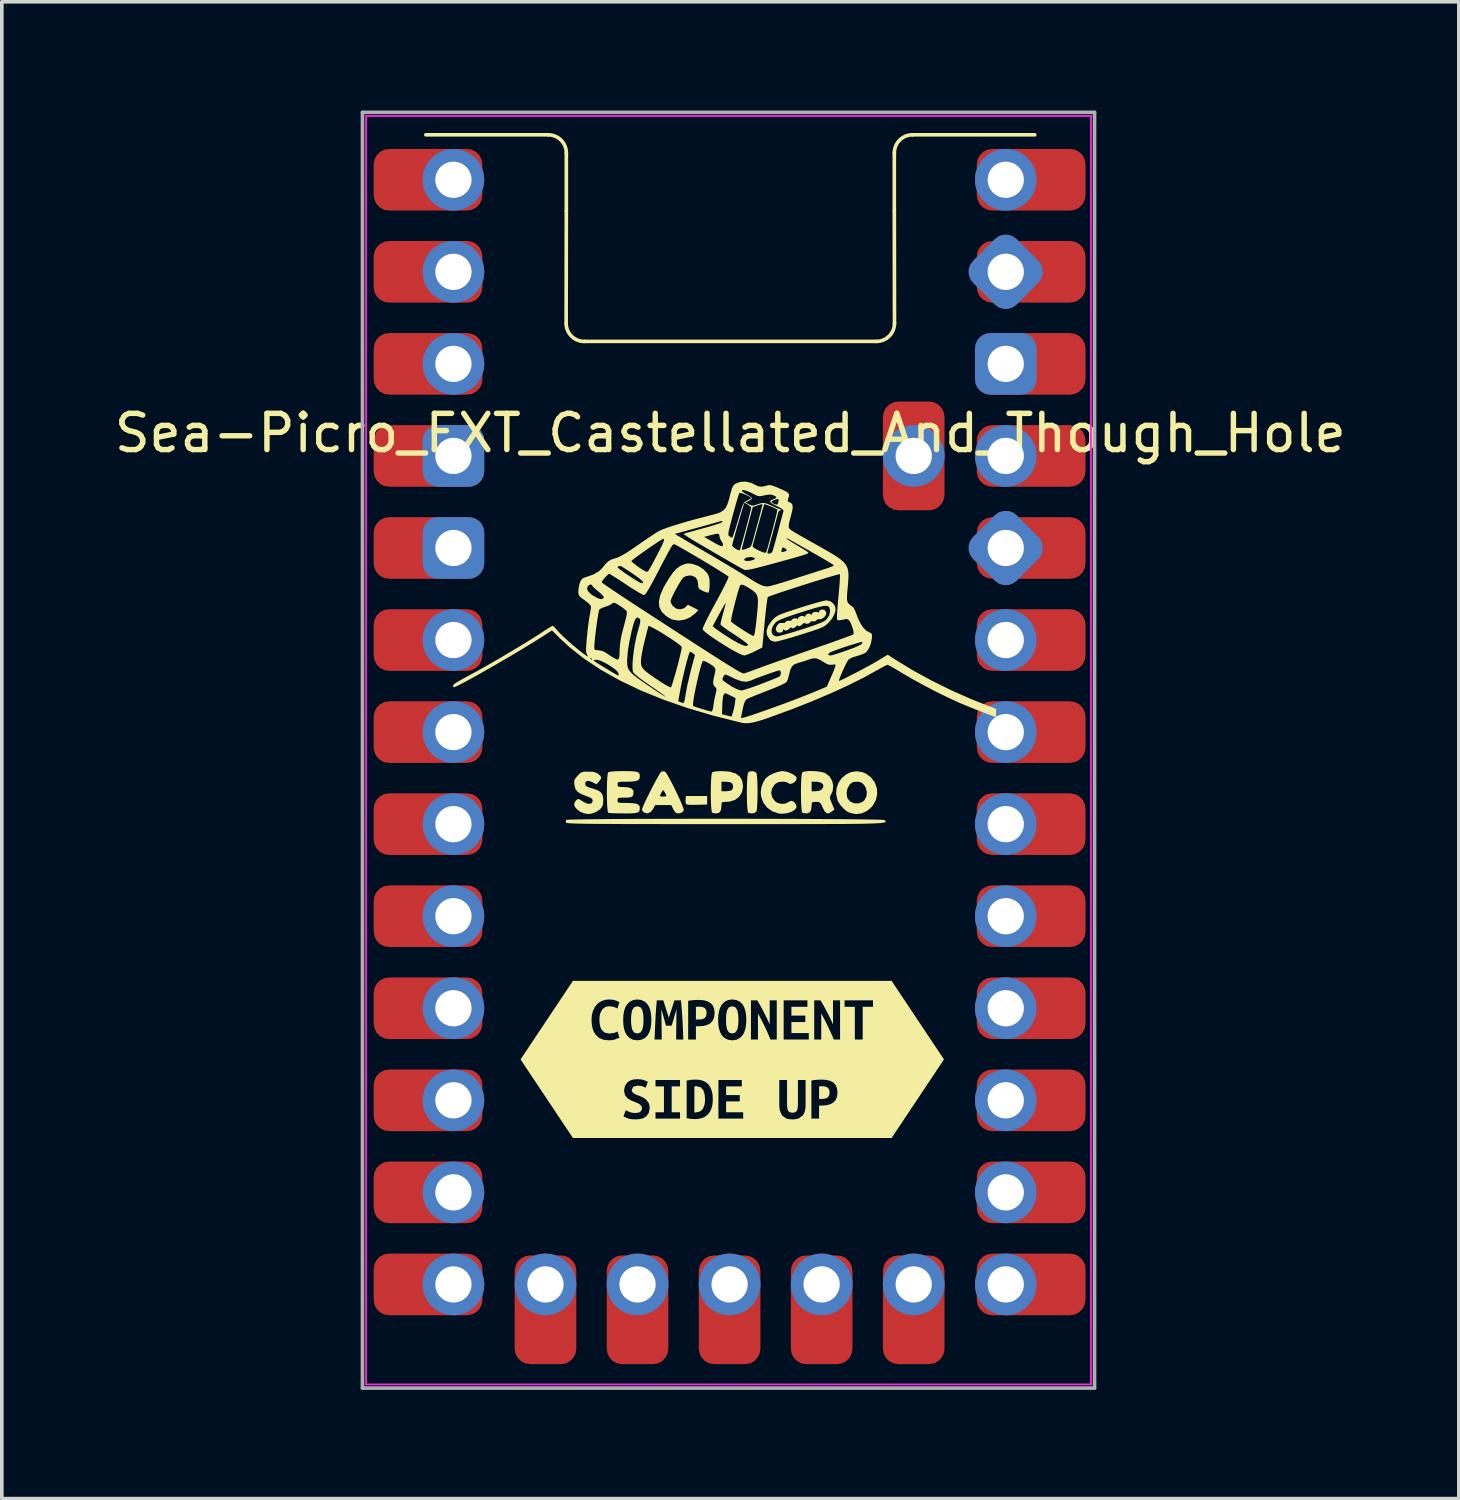
<source format=kicad_pcb>
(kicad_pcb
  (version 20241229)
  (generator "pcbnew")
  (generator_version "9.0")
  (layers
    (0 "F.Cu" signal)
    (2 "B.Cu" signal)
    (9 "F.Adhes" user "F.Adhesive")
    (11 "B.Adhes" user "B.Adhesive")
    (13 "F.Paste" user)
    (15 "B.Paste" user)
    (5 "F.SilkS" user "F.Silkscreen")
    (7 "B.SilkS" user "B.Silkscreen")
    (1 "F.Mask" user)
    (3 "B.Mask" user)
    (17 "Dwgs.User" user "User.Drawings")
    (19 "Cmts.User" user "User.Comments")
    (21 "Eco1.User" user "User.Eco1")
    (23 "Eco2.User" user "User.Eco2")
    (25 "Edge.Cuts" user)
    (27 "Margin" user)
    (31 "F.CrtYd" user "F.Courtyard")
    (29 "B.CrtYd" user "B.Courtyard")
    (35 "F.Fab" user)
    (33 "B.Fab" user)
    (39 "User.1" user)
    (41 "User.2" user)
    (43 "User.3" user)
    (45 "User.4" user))
  (footprint "Sea-Picro_EXT_Castellated_And_Though_Hole"
    (layer "F.Cu")
    (at 17.051 17.15)
    (property "Reference" "Sea-Picro_EXT_Castellated_And_Though_Hole" (at 0.05 -8.25 0) (unlocked yes) (layer "F.SilkS") (effects (font (size 1 1) (thickness 0.15))))
    (attr through_hole exclude_from_pos_files)
    (fp_line (start -4.975 -16.48) (end -8.35 -16.48) (stroke (width 0.1) (type solid)) (layer "F.SilkS"))
    (fp_line (start -4.475 -14.38) (end -4.48 -11.28) (stroke (width 0.1) (type solid)) (layer "F.SilkS"))
    (fp_line (start -4.475 -14.38) (end -4.475 -15.98) (stroke (width 0.1) (type solid)) (layer "F.SilkS"))
    (fp_line (start -3.98 -10.78) (end 4.08 -10.78) (stroke (width 0.1) (type solid)) (layer "F.SilkS"))
    (fp_line (start 4.575 -14.38) (end 4.575 -15.98) (stroke (width 0.1) (type solid)) (layer "F.SilkS"))
    (fp_line (start 4.575 -14.38) (end 4.58 -11.28) (stroke (width 0.1) (type solid)) (layer "F.SilkS"))
    (fp_line (start 5.075 -16.48) (end 8.45 -16.48) (stroke (width 0.1) (type solid)) (layer "F.SilkS"))
    (fp_arc (start -4.97451 -16.48) (mid -4.620957 -16.333553) (end -4.47451 -15.98) (stroke (width 0.1) (type solid)) (layer "F.SilkS"))
    (fp_arc (start -3.98 -10.77951) (mid -4.333553 -10.925957) (end -4.48 -11.27951) (stroke (width 0.1) (type solid)) (layer "F.SilkS"))
    (fp_arc (start 4.57549 -15.98) (mid 4.721931 -16.333559) (end 5.07549 -16.48) (stroke (width 0.1) (type solid)) (layer "F.SilkS"))
    (fp_arc (start 4.58 -11.27951) (mid 4.433553 -10.925957) (end 4.08 -10.77951) (stroke (width 0.1) (type solid)) (layer "F.SilkS"))
    (fp_poly (pts (xy -0.589 1.998) (xy -0.874 2.006) (xy -1.012 2.009) (xy -1.101 2.005) (xy -1.152 1.995) (xy -1.175 1.976) (xy -1.177 1.972) (xy -1.186 1.913) (xy -1.183 1.847) (xy -1.174 1.764) (xy -0.589 1.764)) (stroke (width 0) (type solid)) (fill yes) (layer "F.SilkS"))
    (fp_poly (pts (xy -0.792 7.576) (xy -0.845 7.577) (xy -0.899 7.581) (xy -0.899 7.93) (xy -0.811 7.93) (xy -0.721 7.92) (xy -0.656 7.889) (xy -0.617 7.834) (xy -0.604 7.749) (xy -0.616 7.668) (xy -0.655 7.615) (xy -0.715 7.586) (xy -0.792 7.576)) (stroke (width 0) (type solid)) (fill yes) (layer "F.SilkS"))
    (fp_poly (pts (xy 2.604 9.772) (xy 2.551 9.773) (xy 2.499 9.777) (xy 2.499 10.121) (xy 2.585 10.121) (xy 2.674 10.111) (xy 2.738 10.081) (xy 2.777 10.026) (xy 2.79 9.942) (xy 2.777 9.863) (xy 2.739 9.811) (xy 2.68 9.782) (xy 2.604 9.772)) (stroke (width 0) (type solid)) (fill yes) (layer "F.SilkS"))
    (fp_poly (pts (xy -0.942 10.493) (xy -0.923 10.495) (xy -0.904 10.495) (xy -0.783 10.467) (xy -0.704 10.391) (xy -0.661 10.277) (xy -0.651 10.208) (xy -0.648 10.132) (xy -0.658 9.997) (xy -0.694 9.882) (xy -0.765 9.802) (xy -0.88 9.772) (xy -0.911 9.773) (xy -0.942 9.777) (xy -0.942 10.493)) (stroke (width 0) (type solid)) (fill yes) (layer "F.SilkS"))
    (fp_poly (pts (xy -2.689 7.941) (xy -2.687 8.017) (xy -2.682 8.088) (xy -2.658 8.208) (xy -2.606 8.288) (xy -2.517 8.318) (xy -2.429 8.288) (xy -2.377 8.207) (xy -2.352 8.088) (xy -2.348 8.017) (xy -2.346 7.941) (xy -2.348 7.865) (xy -2.352 7.793) (xy -2.377 7.674) (xy -2.428 7.593) (xy -2.517 7.564) (xy -2.606 7.593) (xy -2.658 7.675) (xy -2.682 7.794) (xy -2.687 7.865) (xy -2.689 7.941)) (stroke (width 0) (type solid)) (fill yes) (layer "F.SilkS"))
    (fp_poly (pts (xy -0.069 7.941) (xy -0.068 8.017) (xy -0.063 8.088) (xy -0.039 8.208) (xy 0.013 8.288) (xy 0.102 8.318) (xy 0.19 8.288) (xy 0.243 8.207) (xy 0.267 8.088) (xy 0.272 8.017) (xy 0.273 7.941) (xy 0.272 7.865) (xy 0.267 7.793) (xy 0.243 7.674) (xy 0.191 7.593) (xy 0.102 7.564) (xy 0.013 7.593) (xy -0.039 7.675) (xy -0.063 7.794) (xy -0.068 7.865) (xy -0.069 7.941)) (stroke (width 0) (type solid)) (fill yes) (layer "F.SilkS"))
    (fp_poly (pts (xy 0.688 1.08) (xy 0.754 1.111) (xy 0.771 1.133) (xy 0.782 1.182) (xy 0.791 1.28) (xy 0.798 1.415) (xy 0.801 1.578) (xy 0.801 1.661) (xy 0.8 1.834) (xy 0.794 1.984) (xy 0.786 2.101) (xy 0.776 2.174) (xy 0.771 2.19) (xy 0.719 2.232) (xy 0.637 2.245) (xy 0.546 2.227) (xy 0.545 2.227) (xy 0.532 2.194) (xy 0.521 2.113) (xy 0.513 1.997) (xy 0.508 1.855) (xy 0.506 1.701) (xy 0.507 1.543) (xy 0.511 1.395) (xy 0.518 1.267) (xy 0.528 1.171) (xy 0.54 1.117) (xy 0.544 1.111) (xy 0.609 1.08)) (stroke (width 0) (type solid)) (fill yes) (layer "F.SilkS"))
    (fp_poly (pts (xy 1.589 1.09) (xy 1.694 1.124) (xy 1.789 1.171) (xy 1.857 1.223) (xy 1.879 1.261) (xy 1.868 1.325) (xy 1.822 1.381) (xy 1.757 1.419) (xy 1.691 1.43) (xy 1.64 1.405) (xy 1.635 1.398) (xy 1.598 1.38) (xy 1.523 1.37) (xy 1.485 1.369) (xy 1.386 1.378) (xy 1.314 1.413) (xy 1.267 1.454) (xy 1.199 1.56) (xy 1.178 1.679) (xy 1.204 1.797) (xy 1.274 1.898) (xy 1.348 1.951) (xy 1.453 1.98) (xy 1.562 1.974) (xy 1.637 1.94) (xy 1.702 1.906) (xy 1.744 1.896) (xy 1.798 1.92) (xy 1.847 1.977) (xy 1.876 2.044) (xy 1.874 2.084) (xy 1.82 2.151) (xy 1.724 2.205) (xy 1.603 2.241) (xy 1.471 2.253) (xy 1.387 2.246) (xy 1.212 2.188) (xy 1.068 2.086) (xy 0.962 1.947) (xy 0.901 1.782) (xy 0.889 1.661) (xy 0.909 1.52) (xy 0.96 1.379) (xy 1.029 1.271) (xy 1.109 1.207) (xy 1.225 1.147) (xy 1.351 1.101) (xy 1.467 1.078) (xy 1.49 1.076)) (stroke (width 0) (type solid)) (fill yes) (layer "F.SilkS"))
    (fp_poly (pts (xy 3.689 1.103) (xy 3.789 1.144) (xy 3.934 1.251) (xy 4.036 1.389) (xy 4.093 1.547) (xy 4.103 1.714) (xy 4.064 1.881) (xy 3.975 2.036) (xy 3.954 2.061) (xy 3.825 2.173) (xy 3.68 2.242) (xy 3.531 2.262) (xy 3.479 2.256) (xy 3.401 2.24) (xy 3.354 2.23) (xy 3.27 2.19) (xy 3.176 2.113) (xy 3.088 2.015) (xy 3.022 1.911) (xy 3.008 1.879) (xy 2.97 1.709) (xy 2.971 1.69) (xy 3.258 1.69) (xy 3.276 1.809) (xy 3.289 1.838) (xy 3.363 1.919) (xy 3.465 1.963) (xy 3.578 1.968) (xy 3.685 1.933) (xy 3.75 1.88) (xy 3.805 1.775) (xy 3.817 1.651) (xy 3.784 1.529) (xy 3.74 1.459) (xy 3.677 1.398) (xy 3.609 1.373) (xy 3.537 1.369) (xy 3.446 1.377) (xy 3.382 1.41) (xy 3.335 1.459) (xy 3.278 1.565) (xy 3.258 1.69) (xy 2.971 1.69) (xy 2.981 1.547) (xy 3.035 1.398) (xy 3.123 1.271) (xy 3.24 1.171) (xy 3.378 1.105) (xy 3.53 1.081)) (stroke (width 0) (type solid)) (fill yes) (layer "F.SilkS"))
    (fp_poly (pts (xy 0.036 1.092) (xy 0.196 1.142) (xy 0.31 1.225) (xy 0.378 1.342) (xy 0.401 1.495) (xy 0.401 1.501) (xy 0.375 1.652) (xy 0.301 1.776) (xy 0.187 1.867) (xy 0.038 1.917) (xy -0.061 1.925) (xy -0.142 1.927) (xy -0.181 1.941) (xy -0.193 1.981) (xy -0.194 2.029) (xy -0.208 2.15) (xy -0.253 2.221) (xy -0.328 2.244) (xy -0.334 2.244) (xy -0.407 2.237) (xy -0.45 2.227) (xy -0.463 2.194) (xy -0.474 2.113) (xy -0.482 1.997) (xy -0.487 1.855) (xy -0.489 1.701) (xy -0.488 1.632) (xy -0.194 1.632) (xy -0.068 1.632) (xy 0.019 1.624) (xy 0.082 1.605) (xy 0.093 1.597) (xy 0.123 1.54) (xy 0.128 1.501) (xy 0.109 1.426) (xy 0.047 1.383) (xy -0.062 1.369) (xy -0.068 1.369) (xy -0.194 1.369) (xy -0.194 1.632) (xy -0.488 1.632) (xy -0.488 1.543) (xy -0.484 1.395) (xy -0.477 1.267) (xy -0.467 1.171) (xy -0.455 1.117) (xy -0.451 1.111) (xy -0.401 1.092) (xy -0.303 1.08) (xy -0.172 1.076)) (stroke (width 0) (type solid)) (fill yes) (layer "F.SilkS"))
    (fp_poly (pts (xy -1.752 1.092) (xy -1.719 1.129) (xy -1.67 1.21) (xy -1.607 1.322) (xy -1.537 1.457) (xy -1.464 1.603) (xy -1.394 1.751) (xy -1.33 1.891) (xy -1.279 2.012) (xy -1.245 2.105) (xy -1.233 2.158) (xy -1.234 2.163) (xy -1.276 2.212) (xy -1.349 2.241) (xy -1.426 2.24) (xy -1.437 2.236) (xy -1.478 2.2) (xy -1.522 2.133) (xy -1.53 2.116) (xy -1.58 2.013) (xy -2.022 2.013) (xy -2.081 2.122) (xy -2.151 2.209) (xy -2.235 2.243) (xy -2.328 2.221) (xy -2.337 2.216) (xy -2.379 2.168) (xy -2.386 2.136) (xy -2.372 2.088) (xy -2.336 2) (xy -2.282 1.883) (xy -2.225 1.765) (xy -1.891 1.765) (xy -1.865 1.775) (xy -1.804 1.779) (xy -1.803 1.779) (xy -1.741 1.775) (xy -1.715 1.765) (xy -1.715 1.765) (xy -1.728 1.723) (xy -1.756 1.665) (xy -1.786 1.618) (xy -1.803 1.603) (xy -1.826 1.626) (xy -1.857 1.678) (xy -1.883 1.734) (xy -1.891 1.765) (xy -2.225 1.765) (xy -2.215 1.746) (xy -2.142 1.6) (xy -2.068 1.455) (xy -1.996 1.322) (xy -1.934 1.21) (xy -1.885 1.13) (xy -1.855 1.093) (xy -1.854 1.092) (xy -1.784 1.079)) (stroke (width 0) (type solid)) (fill yes) (layer "F.SilkS"))
    (fp_poly (pts (xy 2.437 1.082) (xy 2.557 1.099) (xy 2.653 1.125) (xy 2.675 1.135) (xy 2.786 1.222) (xy 2.859 1.342) (xy 2.89 1.48) (xy 2.874 1.621) (xy 2.836 1.711) (xy 2.808 1.763) (xy 2.799 1.806) (xy 2.81 1.86) (xy 2.843 1.945) (xy 2.852 1.968) (xy 2.922 2.136) (xy 2.853 2.191) (xy 2.775 2.24) (xy 2.712 2.241) (xy 2.656 2.191) (xy 2.6 2.086) (xy 2.558 1.996) (xy 2.524 1.948) (xy 2.483 1.929) (xy 2.42 1.925) (xy 2.411 1.925) (xy 2.336 1.928) (xy 2.303 1.947) (xy 2.294 1.997) (xy 2.294 2.029) (xy 2.279 2.15) (xy 2.234 2.221) (xy 2.159 2.244) (xy 2.154 2.244) (xy 2.081 2.237) (xy 2.038 2.227) (xy 2.024 2.194) (xy 2.014 2.113) (xy 2.006 1.997) (xy 2.001 1.855) (xy 1.999 1.701) (xy 1.999 1.632) (xy 2.294 1.632) (xy 2.409 1.632) (xy 2.499 1.62) (xy 2.565 1.59) (xy 2.57 1.586) (xy 2.616 1.512) (xy 2.61 1.447) (xy 2.556 1.397) (xy 2.461 1.371) (xy 2.42 1.369) (xy 2.294 1.369) (xy 2.294 1.632) (xy 1.999 1.632) (xy 2 1.543) (xy 2.003 1.395) (xy 2.01 1.267) (xy 2.02 1.171) (xy 2.033 1.117) (xy 2.036 1.111) (xy 2.091 1.088) (xy 2.187 1.076) (xy 2.308 1.074)) (stroke (width 0) (type solid)) (fill yes) (layer "F.SilkS"))
    (fp_poly (pts (xy -0.993 -4.638) (xy -0.972 -4.633) (xy -0.827 -4.58) (xy -0.694 -4.494) (xy -0.591 -4.388) (xy -0.545 -4.309) (xy -0.529 -4.239) (xy -0.521 -4.14) (xy -0.522 -4.032) (xy -0.53 -3.934) (xy -0.545 -3.866) (xy -0.554 -3.85) (xy -0.59 -3.849) (xy -0.659 -3.872) (xy -0.706 -3.893) (xy -0.785 -3.935) (xy -0.824 -3.973) (xy -0.836 -4.028) (xy -0.837 -4.07) (xy -0.858 -4.195) (xy -0.919 -4.278) (xy -1.018 -4.318) (xy -1.066 -4.321) (xy -1.17 -4.306) (xy -1.24 -4.27) (xy -1.284 -4.218) (xy -1.342 -4.129) (xy -1.407 -4.018) (xy -1.473 -3.899) (xy -1.531 -3.784) (xy -1.575 -3.687) (xy -1.597 -3.623) (xy -1.598 -3.613) (xy -1.58 -3.549) (xy -1.535 -3.477) (xy -1.529 -3.47) (xy -1.44 -3.406) (xy -1.334 -3.387) (xy -1.232 -3.415) (xy -1.183 -3.452) (xy -1.121 -3.514) (xy -0.831 -3.367) (xy -0.914 -3.279) (xy -1.053 -3.169) (xy -1.214 -3.101) (xy -1.383 -3.077) (xy -1.545 -3.103) (xy -1.568 -3.112) (xy -1.639 -3.149) (xy -1.722 -3.203) (xy -1.736 -3.214) (xy -1.846 -3.324) (xy -1.908 -3.45) (xy -1.921 -3.598) (xy -1.886 -3.769) (xy -1.802 -3.968) (xy -1.745 -4.074) (xy -1.629 -4.264) (xy -1.528 -4.407) (xy -1.432 -4.51) (xy -1.337 -4.581) (xy -1.259 -4.618) (xy -1.169 -4.647) (xy -1.09 -4.653)) (stroke (width 0) (type solid)) (fill yes) (layer "F.SilkS"))
    (fp_poly (pts (xy -3.747 1.096) (xy -3.663 1.116) (xy -3.599 1.151) (xy -3.531 1.211) (xy -3.512 1.262) (xy -3.54 1.321) (xy -3.57 1.358) (xy -3.642 1.442) (xy -3.743 1.388) (xy -3.845 1.348) (xy -3.915 1.351) (xy -3.951 1.397) (xy -3.954 1.426) (xy -3.947 1.466) (xy -3.919 1.496) (xy -3.857 1.524) (xy -3.764 1.552) (xy -3.624 1.6) (xy -3.533 1.651) (xy -3.482 1.717) (xy -3.459 1.807) (xy -3.456 1.881) (xy -3.461 1.982) (xy -3.481 2.049) (xy -3.525 2.108) (xy -3.544 2.128) (xy -3.623 2.185) (xy -3.725 2.232) (xy -3.825 2.259) (xy -3.895 2.259) (xy -3.944 2.248) (xy -4.003 2.235) (xy -4.091 2.198) (xy -4.175 2.137) (xy -4.237 2.065) (xy -4.261 2) (xy -4.24 1.93) (xy -4.203 1.881) (xy -4.165 1.852) (xy -4.13 1.848) (xy -4.08 1.874) (xy -4.03 1.908) (xy -3.928 1.963) (xy -3.84 1.981) (xy -3.778 1.963) (xy -3.75 1.909) (xy -3.749 1.897) (xy -3.756 1.855) (xy -3.786 1.823) (xy -3.851 1.792) (xy -3.935 1.761) (xy -4.076 1.704) (xy -4.169 1.643) (xy -4.224 1.568) (xy -4.25 1.469) (xy -4.253 1.449) (xy -4.258 1.365) (xy -4.243 1.305) (xy -4.198 1.242) (xy -4.164 1.204) (xy -4.105 1.143) (xy -4.054 1.109) (xy -3.992 1.094) (xy -3.897 1.091) (xy -3.87 1.091)) (stroke (width 0) (type solid)) (fill yes) (layer "F.SilkS"))
    (fp_poly (pts (xy -2.728 1.078) (xy -2.605 1.084) (xy -2.524 1.098) (xy -2.477 1.122) (xy -2.454 1.16) (xy -2.447 1.214) (xy -2.447 1.227) (xy -2.458 1.288) (xy -2.495 1.329) (xy -2.569 1.354) (xy -2.685 1.366) (xy -2.811 1.369) (xy -2.932 1.369) (xy -3.006 1.374) (xy -3.044 1.385) (xy -3.059 1.406) (xy -3.061 1.441) (xy -3.061 1.442) (xy -3.056 1.486) (xy -3.032 1.507) (xy -2.973 1.515) (xy -2.917 1.515) (xy -2.769 1.525) (xy -2.673 1.557) (xy -2.627 1.61) (xy -2.622 1.644) (xy -2.628 1.725) (xy -2.651 1.774) (xy -2.704 1.799) (xy -2.799 1.807) (xy -2.86 1.808) (xy -2.966 1.809) (xy -3.026 1.815) (xy -3.053 1.832) (xy -3.061 1.863) (xy -3.061 1.881) (xy -3.059 1.917) (xy -3.043 1.939) (xy -3.003 1.95) (xy -2.925 1.954) (xy -2.829 1.954) (xy -2.667 1.959) (xy -2.555 1.974) (xy -2.486 2.003) (xy -2.453 2.049) (xy -2.447 2.094) (xy -2.451 2.152) (xy -2.47 2.193) (xy -2.511 2.221) (xy -2.584 2.236) (xy -2.696 2.243) (xy -2.857 2.245) (xy -2.899 2.244) (xy -3.045 2.242) (xy -3.171 2.239) (xy -3.265 2.234) (xy -3.314 2.228) (xy -3.317 2.227) (xy -3.331 2.194) (xy -3.342 2.113) (xy -3.349 1.997) (xy -3.354 1.855) (xy -3.356 1.701) (xy -3.355 1.543) (xy -3.352 1.395) (xy -3.345 1.267) (xy -3.335 1.171) (xy -3.322 1.117) (xy -3.319 1.111) (xy -3.272 1.094) (xy -3.171 1.083) (xy -3.015 1.077) (xy -2.9 1.076)) (stroke (width 0) (type solid)) (fill yes) (layer "F.SilkS"))
    (fp_poly (pts (xy -0.058 2.391) (xy 0.381 2.391) (xy 0.816 2.392) (xy 1.242 2.393) (xy 1.657 2.394) (xy 2.056 2.396) (xy 2.435 2.398) (xy 2.79 2.4) (xy 3.118 2.402) (xy 3.414 2.405) (xy 3.674 2.408) (xy 3.895 2.412) (xy 4.073 2.415) (xy 4.203 2.419) (xy 4.282 2.424) (xy 4.306 2.427) (xy 4.321 2.442) (xy 4.332 2.456) (xy 4.337 2.468) (xy 4.332 2.479) (xy 4.316 2.489) (xy 4.286 2.497) (xy 4.238 2.505) (xy 4.171 2.512) (xy 4.082 2.517) (xy 3.968 2.522) (xy 3.826 2.526) (xy 3.654 2.53) (xy 3.45 2.532) (xy 3.209 2.535) (xy 2.931 2.536) (xy 2.611 2.537) (xy 2.248 2.538) (xy 1.839 2.539) (xy 1.381 2.539) (xy 0.872 2.539) (xy 0.309 2.539) (xy -0.096 2.539) (xy -0.694 2.539) (xy -1.236 2.539) (xy -1.725 2.539) (xy -2.164 2.538) (xy -2.555 2.538) (xy -2.9 2.537) (xy -3.203 2.535) (xy -3.466 2.534) (xy -3.691 2.532) (xy -3.882 2.53) (xy -4.041 2.527) (xy -4.171 2.525) (xy -4.274 2.521) (xy -4.354 2.518) (xy -4.411 2.513) (xy -4.451 2.509) (xy -4.474 2.504) (xy -4.484 2.498) (xy -4.484 2.497) (xy -4.488 2.441) (xy -4.481 2.424) (xy -4.45 2.419) (xy -4.364 2.415) (xy -4.227 2.411) (xy -4.043 2.408) (xy -3.817 2.405) (xy -3.552 2.402) (xy -3.251 2.399) (xy -2.92 2.397) (xy -2.561 2.395) (xy -2.179 2.394) (xy -1.778 2.392) (xy -1.362 2.392) (xy -0.934 2.391) (xy -0.498 2.391)) (stroke (width 0) (type solid)) (fill yes) (layer "F.SilkS"))
    (fp_poly (pts (xy 2.638 -3.374) (xy 2.663 -3.357) (xy 2.7 -3.294) (xy 2.683 -3.224) (xy 2.641 -3.17) (xy 2.564 -3.118) (xy 2.511 -3.116) (xy 2.448 -3.11) (xy 2.427 -3.086) (xy 2.386 -3.055) (xy 2.337 -3.057) (xy 2.283 -3.059) (xy 2.265 -3.045) (xy 2.24 -3.012) (xy 2.187 -2.991) (xy 2.133 -2.989) (xy 2.112 -3.002) (xy 2.083 -3.014) (xy 2.054 -2.988) (xy 2.004 -2.944) (xy 1.953 -2.921) (xy 1.918 -2.925) (xy 1.913 -2.939) (xy 1.9 -2.949) (xy 1.877 -2.928) (xy 1.827 -2.883) (xy 1.775 -2.862) (xy 1.741 -2.869) (xy 1.737 -2.882) (xy 1.724 -2.896) (xy 1.7 -2.872) (xy 1.641 -2.821) (xy 1.578 -2.801) (xy 1.532 -2.817) (xy 1.528 -2.822) (xy 1.509 -2.839) (xy 1.504 -2.808) (xy 1.491 -2.765) (xy 1.477 -2.757) (xy 1.426 -2.748) (xy 1.411 -2.744) (xy 1.361 -2.751) (xy 1.335 -2.772) (xy 1.303 -2.826) (xy 1.311 -2.884) (xy 1.348 -2.951) (xy 1.397 -3.004) (xy 1.458 -3.013) (xy 1.477 -3.01) (xy 1.545 -3.01) (xy 1.575 -3.04) (xy 1.615 -3.073) (xy 1.665 -3.072) (xy 1.719 -3.07) (xy 1.738 -3.084) (xy 1.762 -3.117) (xy 1.816 -3.138) (xy 1.87 -3.14) (xy 1.891 -3.127) (xy 1.91 -3.112) (xy 1.913 -3.131) (xy 1.938 -3.171) (xy 1.993 -3.2) (xy 2.054 -3.209) (xy 2.093 -3.19) (xy 2.113 -3.171) (xy 2.118 -3.2) (xy 2.142 -3.243) (xy 2.195 -3.267) (xy 2.25 -3.263) (xy 2.27 -3.246) (xy 2.29 -3.227) (xy 2.293 -3.248) (xy 2.319 -3.289) (xy 2.375 -3.315) (xy 2.436 -3.318) (xy 2.462 -3.306) (xy 2.493 -3.295) (xy 2.499 -3.321) (xy 2.522 -3.363) (xy 2.577 -3.383)) (stroke (width 0) (type solid)) (fill yes) (layer "F.SilkS"))
    (fp_poly (pts (xy 2.816 -3.608) (xy 2.903 -3.533) (xy 2.948 -3.449) (xy 2.953 -3.357) (xy 2.918 -3.244) (xy 2.85 -3.124) (xy 2.763 -3.021) (xy 2.717 -2.977) (xy 2.673 -2.941) (xy 2.621 -2.909) (xy 2.553 -2.876) (xy 2.461 -2.841) (xy 2.337 -2.798) (xy 2.172 -2.745) (xy 2.001 -2.691) (xy 1.814 -2.633) (xy 1.641 -2.582) (xy 1.491 -2.54) (xy 1.374 -2.51) (xy 1.299 -2.495) (xy 1.282 -2.493) (xy 1.182 -2.52) (xy 1.132 -2.56) (xy 1.062 -2.673) (xy 1.05 -2.796) (xy 1.061 -2.828) (xy 1.19 -2.828) (xy 1.193 -2.741) (xy 1.232 -2.675) (xy 1.305 -2.642) (xy 1.33 -2.64) (xy 1.385 -2.649) (xy 1.485 -2.674) (xy 1.621 -2.711) (xy 1.784 -2.759) (xy 1.964 -2.815) (xy 2.025 -2.834) (xy 2.237 -2.904) (xy 2.399 -2.959) (xy 2.52 -3.005) (xy 2.606 -3.043) (xy 2.665 -3.077) (xy 2.704 -3.109) (xy 2.707 -3.112) (xy 2.781 -3.224) (xy 2.804 -3.342) (xy 2.789 -3.421) (xy 2.769 -3.456) (xy 2.735 -3.477) (xy 2.682 -3.484) (xy 2.602 -3.476) (xy 2.491 -3.451) (xy 2.341 -3.41) (xy 2.147 -3.351) (xy 1.976 -3.296) (xy 1.76 -3.226) (xy 1.594 -3.168) (xy 1.471 -3.121) (xy 1.383 -3.081) (xy 1.324 -3.046) (xy 1.296 -3.022) (xy 1.224 -2.926) (xy 1.19 -2.828) (xy 1.061 -2.828) (xy 1.095 -2.931) (xy 1.198 -3.076) (xy 1.219 -3.099) (xy 1.259 -3.141) (xy 1.299 -3.175) (xy 1.348 -3.207) (xy 1.412 -3.239) (xy 1.501 -3.274) (xy 1.623 -3.317) (xy 1.784 -3.37) (xy 1.971 -3.431) (xy 2.159 -3.49) (xy 2.335 -3.542) (xy 2.488 -3.586) (xy 2.609 -3.617) (xy 2.688 -3.633) (xy 2.708 -3.635)) (stroke (width 0) (type solid)) (fill yes) (layer "F.SilkS"))
    (fp_poly (pts (xy -3.78 6.864) (xy -3.641 7.524) (xy -3.57 7.461) (xy -3.486 7.414) (xy -3.392 7.386) (xy -3.289 7.377) (xy -3.185 7.386) (xy -3.104 7.408) (xy -3.046 7.434) (xy -3.01 7.455) (xy -3.066 7.627) (xy -3.163 7.582) (xy -3.293 7.564) (xy -3.391 7.582) (xy -3.477 7.643) (xy -3.538 7.757) (xy -3.556 7.838) (xy -3.562 7.936) (xy -3.555 8.049) (xy -3.533 8.144) (xy -2.907 7.941) (xy -2.9 7.81) (xy -2.881 7.696) (xy -2.849 7.599) (xy -2.804 7.519) (xy -2.726 7.44) (xy -2.631 7.393) (xy -2.517 7.377) (xy -2.401 7.393) (xy -2.304 7.44) (xy -2.228 7.519) (xy -2.184 7.599) (xy -2.153 7.696) (xy -2.134 7.81) (xy -2 7.647) (xy -1.989 7.52) (xy -1.978 7.401) (xy -1.8 7.401) (xy -1.769 7.496) (xy -1.73 7.62) (xy -1.688 7.754) (xy -1.648 7.88) (xy -1.604 7.746) (xy -1.56 7.613) (xy -1.522 7.494) (xy -1.491 7.401) (xy -1.312 7.401) (xy -1.3 7.541) (xy -1.289 7.677) (xy -1.278 7.811) (xy -1.113 8.482) (xy -1.113 7.415) (xy -1.043 7.403) (xy -0.963 7.395) (xy -0.885 7.391) (xy -0.817 7.389) (xy -0.689 7.398) (xy -0.583 7.427) (xy -0.497 7.474) (xy -0.434 7.542) (xy -0.396 7.634) (xy -0.383 7.751) (xy -0.396 7.868) (xy -0.434 7.961) (xy -0.287 7.941) (xy -0.281 7.81) (xy -0.262 7.696) (xy -0.229 7.599) (xy -0.184 7.519) (xy -0.107 7.44) (xy -0.011 7.393) (xy 0.102 7.377) (xy 0.219 7.393) (xy 0.315 7.44) (xy 0.392 7.519) (xy 0.435 7.599) (xy 0.466 7.696) (xy 0.485 7.81) (xy 0.491 7.941) (xy 0.485 8.072) (xy 0.466 8.186) (xy 0.434 8.283) (xy 0.39 8.363) (xy 0.313 8.442) (xy 0.218 8.489) (xy 0.104 8.505) (xy -0.013 8.489) (xy -0.11 8.442) (xy -0.187 8.363) (xy -0.231 8.283) (xy -0.262 8.186) (xy -0.281 8.072) (xy -0.287 7.941) (xy -0.434 7.961) (xy -0.498 8.031) (xy -0.585 8.079) (xy -0.693 8.108) (xy -0.822 8.117) (xy -0.899 8.117) (xy -0.899 8.482) (xy -1.113 8.482) (xy -1.278 7.811) (xy -1.27 7.943) (xy -1.263 8.076) (xy -1.257 8.209) (xy -1.252 8.344) (xy -1.248 8.482) (xy -1.445 8.482) (xy -1.435 7.642) (xy -1.567 8.1) (xy -1.725 8.1) (xy -1.852 7.642) (xy -1.843 8.482) (xy -2.041 8.482) (xy -2.035 8.347) (xy -2.029 8.206) (xy -2.023 8.064) (xy -2.016 7.922) (xy -2.009 7.782) (xy -2 7.647) (xy -2.134 7.81) (xy -2.128 7.941) (xy -2.134 8.072) (xy -2.153 8.186) (xy -2.185 8.283) (xy -2.229 8.363) (xy -2.306 8.442) (xy -2.402 8.489) (xy -2.516 8.505) (xy -2.633 8.489) (xy -2.729 8.442) (xy -2.806 8.363) (xy -2.85 8.283) (xy -2.882 8.186) (xy -2.901 8.072) (xy -2.907 7.941) (xy -3.533 8.144) (xy -3.498 8.219) (xy -3.414 8.293) (xy -3.289 8.318) (xy -3.15 8.299) (xy -3.062 8.26) (xy -3.008 8.43) (xy -3.131 8.481) (xy -3.215 8.499) (xy -3.31 8.505) (xy -3.451 8.489) (xy -2.883 9.894) (xy -2.858 9.761) (xy -2.785 9.66) (xy -2.712 9.613) (xy -2.623 9.585) (xy -2.518 9.576) (xy -2.426 9.582) (xy -2.347 9.598) (xy -2.224 9.648) (xy -2.286 9.812) (xy -2.381 9.77) (xy -2.502 9.753) (xy -2.629 9.784) (xy -2.671 9.875) (xy -2.654 9.93) (xy -2.61 9.971) (xy -2.55 10.003) (xy -2.483 10.028) (xy -2.379 10.071) (xy -2.28 10.133) (xy -2.205 10.229) (xy -2.183 10.294) (xy -2.175 10.374) (xy -2.2 10.507) (xy -2.014 10.665) (xy -2.014 10.49) (xy -1.781 10.49) (xy -1.781 9.776) (xy -2.014 9.776) (xy -2.014 9.6) (xy -1.338 9.6) (xy -1.338 9.776) (xy -1.154 10.653) (xy -1.154 9.614) (xy -1.018 9.593) (xy -0.899 9.588) (xy -0.798 9.596) (xy -0.707 9.619) (xy -0.627 9.659) (xy -0.56 9.716) (xy -0.506 9.791) (xy -0.466 9.885) (xy -0.441 9.998) (xy -0.433 10.132) (xy -0.442 10.269) (xy -0.47 10.384) (xy -0.514 10.478) (xy -0.572 10.553) (xy -0.644 10.61) (xy -0.728 10.649) (xy -0.823 10.671) (xy -0.926 10.679) (xy -1.037 10.673) (xy -1.154 10.653) (xy -1.338 9.776) (xy -1.568 9.776) (xy -1.568 10.49) (xy -1.338 10.49) (xy -1.338 10.665) (xy -2.014 10.665) (xy -2.2 10.507) (xy -2.273 10.606) (xy -2.349 10.651) (xy -2.447 10.678) (xy -2.568 10.687) (xy -2.687 10.68) (xy -2.779 10.659) (xy -2.898 10.607) (xy -2.836 10.434) (xy -2.725 10.486) (xy -2.654 10.504) (xy -2.568 10.51) (xy -2.479 10.499) (xy -2.423 10.468) (xy -2.395 10.423) (xy -2.387 10.373) (xy -2.406 10.314) (xy -2.454 10.268) (xy -2.52 10.232) (xy -2.592 10.202) (xy -2.692 10.163) (xy -2.785 10.106) (xy -2.855 10.021) (xy -2.883 9.894) (xy -3.451 8.489) (xy -3.567 8.44) (xy -3.659 8.358) (xy -3.712 8.277) (xy -3.75 8.181) (xy -3.772 8.068) (xy -3.78 7.941) (xy -3.771 7.814) (xy -3.743 7.702) (xy -3.699 7.605) (xy -3.641 7.524) (xy -3.78 6.864) (xy -4.293 6.864) (xy -5.738 9.032) (xy -4.293 11.2) (xy -0.278 10.665) (xy -0.278 9.6) (xy 0.367 9.6) (xy 0.367 9.776) (xy -0.066 9.776) (xy -0.066 10.015) (xy 0.311 10.015) (xy 0.311 10.19) (xy -0.066 10.19) (xy -0.066 10.49) (xy 0.405 10.49) (xy 0.405 10.665) (xy -0.278 10.665) (xy -4.293 11.2) (xy -3.78 11.2) (xy 1.761 10.687) (xy 1.666 10.68) (xy 1.588 10.659) (xy 1.477 10.577) (xy 1.419 10.448) (xy 1.406 10.368) (xy 1.401 10.28) (xy 1.401 9.6) (xy 1.615 9.6) (xy 1.615 10.266) (xy 1.622 10.379) (xy 1.645 10.452) (xy 1.69 10.491) (xy 1.764 10.503) (xy 1.838 10.491) (xy 1.885 10.451) (xy 1.909 10.377) (xy 1.916 10.264) (xy 1.916 9.6) (xy 2.127 9.6) (xy 2.127 10.28) (xy 2.123 10.368) (xy 2.11 10.448) (xy 2.086 10.518) (xy 2.05 10.577) (xy 1.936 10.659) (xy 1.857 10.68) (xy 1.761 10.687) (xy -3.78 11.2) (xy 3.987 11.2) (xy 2.994 10.06) (xy 2.956 10.152) (xy 2.894 10.22) (xy 2.808 10.268) (xy 2.702 10.296) (xy 2.575 10.305) (xy 2.499 10.305) (xy 2.499 10.665) (xy 2.287 10.665) (xy 2.287 9.614) (xy 2.357 9.602) (xy 2.435 9.594) (xy 2.513 9.59) (xy 2.58 9.588) (xy 2.705 9.597) (xy 2.81 9.625) (xy 2.895 9.671) (xy 2.957 9.739) (xy 2.994 9.83) (xy 3.007 9.944) (xy 2.994 10.06) (xy 3.987 11.2) (xy 4.5 11.2) (xy 5.945 9.032) (xy 1.158 8.482) (xy 1.108 8.362) (xy 1.055 8.243) (xy 0.999 8.123) (xy 0.94 8.004) (xy 0.878 7.884) (xy 0.813 7.764) (xy 0.813 8.482) (xy 0.619 8.482) (xy 0.619 7.401) (xy 0.792 7.401) (xy 0.841 7.481) (xy 0.89 7.568) (xy 0.938 7.658) (xy 0.985 7.747) (xy 1.029 7.835) (xy 1.07 7.92) (xy 1.107 7.998) (xy 1.137 8.067) (xy 1.137 7.401) (xy 1.331 7.401) (xy 1.522 8.482) (xy 1.522 7.401) (xy 2.177 7.401) (xy 2.177 7.579) (xy 1.736 7.579) (xy 1.736 7.822) (xy 2.119 7.822) (xy 2.119 8) (xy 1.736 8) (xy 1.736 8.304) (xy 2.215 8.304) (xy 2.215 8.482) (xy 1.522 8.482) (xy 1.331 7.401) (xy 1.331 8.482) (xy 1.158 8.482) (xy 5.945 9.032) (xy 4.5 6.864) (xy 3.078 7.401) (xy 3.078 8.482) (xy 3.486 8.482) (xy 3.486 7.579) (xy 3.202 7.579) (xy 3.202 7.401) (xy 3.987 7.401) (xy 3.987 7.579) (xy 3.703 7.579) (xy 3.703 8.482) (xy 3.486 8.482) (xy 3.078 8.482) (xy 2.905 8.482) (xy 2.854 8.362) (xy 2.801 8.243) (xy 2.745 8.123) (xy 2.686 8.004) (xy 2.624 7.884) (xy 2.559 7.764) (xy 2.559 8.482) (xy 2.365 8.482) (xy 2.365 7.401) (xy 2.538 7.401) (xy 2.587 7.481) (xy 2.636 7.568) (xy 2.684 7.658) (xy 2.731 7.747) (xy 2.775 7.835) (xy 2.817 7.92) (xy 2.853 7.998) (xy 2.884 8.067) (xy 2.884 7.401) (xy 3.078 7.401) (xy 4.5 6.864) (xy 3.987 6.864) (xy -3.78 6.864)) (stroke (width 0) (type solid)) (fill yes) (layer "F.SilkS"))
    (fp_poly (pts (xy 0.622 -6.878) (xy 0.699 -6.84) (xy 0.82 -6.782) (xy 0.932 -6.771) (xy 1.052 -6.8) (xy 1.105 -6.815) (xy 1.158 -6.814) (xy 1.226 -6.796) (xy 1.327 -6.757) (xy 1.376 -6.736) (xy 1.514 -6.676) (xy 1.604 -6.63) (xy 1.654 -6.589) (xy 1.672 -6.545) (xy 1.663 -6.488) (xy 1.635 -6.409) (xy 1.633 -6.406) (xy 1.642 -6.362) (xy 1.677 -6.343) (xy 1.734 -6.315) (xy 1.765 -6.269) (xy 1.772 -6.196) (xy 1.754 -6.087) (xy 1.717 -5.947) (xy 1.679 -5.804) (xy 1.662 -5.707) (xy 1.663 -5.647) (xy 1.67 -5.629) (xy 1.683 -5.612) (xy 1.703 -5.592) (xy 1.736 -5.568) (xy 1.787 -5.534) (xy 1.863 -5.489) (xy 1.967 -5.428) (xy 2.106 -5.349) (xy 2.285 -5.248) (xy 2.509 -5.122) (xy 2.525 -5.113) (xy 2.752 -4.984) (xy 2.933 -4.876) (xy 3.072 -4.781) (xy 3.175 -4.694) (xy 3.245 -4.607) (xy 3.287 -4.512) (xy 3.308 -4.404) (xy 3.31 -4.275) (xy 3.3 -4.118) (xy 3.291 -4.014) (xy 3.276 -3.855) (xy 3.269 -3.742) (xy 3.269 -3.666) (xy 3.276 -3.615) (xy 3.291 -3.577) (xy 3.3 -3.563) (xy 3.354 -3.504) (xy 3.403 -3.475) (xy 3.452 -3.431) (xy 3.499 -3.336) (xy 3.51 -3.305) (xy 3.597 -3.081) (xy 3.693 -2.913) (xy 3.8 -2.799) (xy 3.909 -2.741) (xy 3.945 -2.721) (xy 3.959 -2.681) (xy 3.957 -2.603) (xy 3.955 -2.586) (xy 3.928 -2.445) (xy 3.877 -2.316) (xy 3.811 -2.218) (xy 3.772 -2.184) (xy 3.708 -2.154) (xy 3.612 -2.12) (xy 3.535 -2.097) (xy 3.433 -2.065) (xy 3.351 -2.028) (xy 3.314 -2.002) (xy 3.284 -1.959) (xy 3.243 -1.882) (xy 3.194 -1.783) (xy 3.145 -1.676) (xy 3.1 -1.572) (xy 3.066 -1.485) (xy 3.048 -1.428) (xy 3.049 -1.411) (xy 3.087 -1.425) (xy 3.167 -1.462) (xy 3.279 -1.517) (xy 3.413 -1.585) (xy 3.562 -1.663) (xy 3.714 -1.743) (xy 3.861 -1.823) (xy 3.993 -1.896) (xy 4.101 -1.958) (xy 4.128 -1.975) (xy 4.393 -2.136) (xy 4.653 -1.968) (xy 5.122 -1.684) (xy 5.632 -1.407) (xy 6.167 -1.144) (xy 6.708 -0.906) (xy 6.983 -0.796) (xy 7.386 -0.64) (xy 7.386 -0.528) (xy 7.383 -0.457) (xy 7.376 -0.418) (xy 7.374 -0.416) (xy 7.338 -0.427) (xy 7.259 -0.455) (xy 7.146 -0.498) (xy 7.009 -0.55) (xy 6.86 -0.609) (xy 6.707 -0.67) (xy 6.562 -0.728) (xy 6.435 -0.781) (xy 6.336 -0.823) (xy 6.334 -0.824) (xy 6.041 -0.96) (xy 5.722 -1.117) (xy 5.397 -1.287) (xy 5.085 -1.458) (xy 4.81 -1.618) (xy 4.674 -1.7) (xy 4.554 -1.77) (xy 4.459 -1.822) (xy 4.401 -1.852) (xy 4.386 -1.857) (xy 4.35 -1.843) (xy 4.276 -1.806) (xy 4.175 -1.75) (xy 4.093 -1.704) (xy 3.714 -1.495) (xy 3.282 -1.28) (xy 2.807 -1.063) (xy 2.292 -0.845) (xy 1.747 -0.63) (xy 1.176 -0.421) (xy 1.045 -0.375) (xy 0.843 -0.309) (xy 0.682 -0.267) (xy 0.551 -0.246) (xy 0.438 -0.246) (xy 0.348 -0.261) (xy -0.244 -0.409) (xy 0.344 -0.409) (xy 0.348 -0.394) (xy 0.375 -0.391) (xy 0.433 -0.403) (xy 0.527 -0.431) (xy 0.664 -0.476) (xy 0.824 -0.531) (xy 1.023 -0.601) (xy 1.239 -0.678) (xy 1.451 -0.755) (xy 1.639 -0.824) (xy 1.711 -0.851) (xy 1.888 -0.918) (xy 2.078 -0.993) (xy 2.259 -1.065) (xy 2.408 -1.126) (xy 2.713 -1.254) (xy 2.824 -1.51) (xy 2.888 -1.658) (xy 2.929 -1.759) (xy 2.951 -1.822) (xy 2.952 -1.856) (xy 2.934 -1.867) (xy 2.898 -1.865) (xy 2.866 -1.859) (xy 2.783 -1.857) (xy 2.703 -1.885) (xy 2.644 -1.921) (xy 2.528 -1.992) (xy 2.438 -2.03) (xy 2.357 -2.038) (xy 2.265 -2.018) (xy 2.208 -1.999) (xy 2.093 -1.96) (xy 1.979 -1.925) (xy 1.925 -1.91) (xy 1.821 -1.872) (xy 1.751 -1.811) (xy 1.704 -1.716) (xy 1.675 -1.599) (xy 1.649 -1.496) (xy 1.617 -1.412) (xy 1.593 -1.374) (xy 1.551 -1.347) (xy 1.463 -1.304) (xy 1.341 -1.25) (xy 1.194 -1.189) (xy 1.063 -1.138) (xy 0.902 -1.075) (xy 0.756 -1.018) (xy 0.636 -0.969) (xy 0.551 -0.934) (xy 0.517 -0.918) (xy 0.475 -0.882) (xy 0.44 -0.816) (xy 0.409 -0.712) (xy 0.377 -0.563) (xy 0.36 -0.478) (xy 0.345 -0.412) (xy 0.344 -0.409) (xy -0.244 -0.409) (xy -0.418 -0.453) (xy -0.554 -0.493) (xy -0.179 -0.493) (xy -0.047 -0.46) (xy 0.084 -0.427) (xy 0.122 -0.546) (xy 0.151 -0.654) (xy 0.174 -0.774) (xy 0.177 -0.802) (xy 0.194 -0.938) (xy 0.045 -1.014) (xy -0.039 -1.055) (xy -0.087 -1.072) (xy -0.113 -1.064) (xy -0.133 -1.034) (xy -0.135 -1.031) (xy -0.15 -0.975) (xy -0.163 -0.879) (xy -0.171 -0.762) (xy -0.172 -0.733) (xy -0.179 -0.493) (xy -0.554 -0.493) (xy -1.137 -0.666) (xy -1.361 -0.744) (xy -0.98 -0.744) (xy -0.975 -0.72) (xy -0.943 -0.706) (xy -0.87 -0.681) (xy -0.774 -0.651) (xy -0.669 -0.619) (xy -0.572 -0.591) (xy -0.498 -0.572) (xy -0.468 -0.565) (xy -0.447 -0.591) (xy -0.427 -0.66) (xy -0.416 -0.731) (xy -0.397 -0.859) (xy -0.371 -0.993) (xy -0.357 -1.049) (xy -0.336 -1.139) (xy -0.333 -1.191) (xy -0.35 -1.225) (xy -0.373 -1.246) (xy -0.411 -1.295) (xy -0.425 -1.362) (xy -0.414 -1.459) (xy -0.168 -1.459) (xy -0.16 -1.431) (xy -0.132 -1.41) (xy -0.074 -1.368) (xy -0.047 -1.348) (xy 0.079 -1.264) (xy 0.202 -1.199) (xy 0.305 -1.158) (xy 0.356 -1.149) (xy 0.405 -1.159) (xy 0.498 -1.186) (xy 0.624 -1.228) (xy 0.773 -1.281) (xy 0.898 -1.327) (xy 1.055 -1.388) (xy 1.195 -1.443) (xy 1.307 -1.489) (xy 1.382 -1.522) (xy 1.409 -1.536) (xy 1.438 -1.586) (xy 1.445 -1.634) (xy 1.432 -1.687) (xy 1.409 -1.704) (xy 1.364 -1.694) (xy 1.278 -1.667) (xy 1.164 -1.629) (xy 1.034 -1.583) (xy 0.901 -1.535) (xy 0.779 -1.489) (xy 0.68 -1.45) (xy 0.62 -1.423) (xy 0.499 -1.389) (xy 0.355 -1.404) (xy 0.184 -1.467) (xy 0.124 -1.497) (xy 0.029 -1.543) (xy -0.049 -1.576) (xy -0.091 -1.587) (xy -0.123 -1.564) (xy -0.152 -1.513) (xy -0.168 -1.459) (xy -0.414 -1.459) (xy -0.414 -1.46) (xy -0.387 -1.577) (xy -0.365 -1.674) (xy -0.363 -1.734) (xy -0.381 -1.778) (xy -0.384 -1.782) (xy -0.427 -1.824) (xy -0.497 -1.872) (xy -0.576 -1.918) (xy -0.648 -1.953) (xy -0.696 -1.966) (xy -0.705 -1.963) (xy -0.728 -1.919) (xy -0.758 -1.829) (xy -0.792 -1.705) (xy -0.829 -1.557) (xy -0.867 -1.395) (xy -0.903 -1.23) (xy -0.934 -1.072) (xy -0.959 -0.931) (xy -0.975 -0.819) (xy -0.98 -0.744) (xy -1.361 -0.744) (xy -1.668 -0.851) (xy -1.387 -0.851) (xy -1.324 -0.826) (xy -1.263 -0.805) (xy -1.231 -0.813) (xy -1.214 -0.861) (xy -1.204 -0.921) (xy -1.14 -1.276) (xy -1.051 -1.657) (xy -1.012 -1.807) (xy -0.925 -2.128) (xy -0.989 -2.181) (xy -1.038 -2.214) (xy -1.065 -2.208) (xy -1.076 -2.191) (xy -1.097 -2.137) (xy -1.127 -2.037) (xy -1.163 -1.903) (xy -1.203 -1.746) (xy -1.243 -1.578) (xy -1.281 -1.41) (xy -1.313 -1.254) (xy -1.332 -1.157) (xy -1.387 -0.851) (xy -1.668 -0.851) (xy -1.808 -0.9) (xy -2.43 -1.153) (xy -3.002 -1.427) (xy -3.522 -1.719) (xy -3.904 -1.972) (xy -3.721 -1.972) (xy -3.717 -1.967) (xy -3.685 -1.945) (xy -3.616 -1.9) (xy -3.52 -1.841) (xy -3.41 -1.774) (xy -3.297 -1.705) (xy -3.192 -1.643) (xy -3.107 -1.593) (xy -3.053 -1.563) (xy -3.04 -1.557) (xy -3.033 -1.582) (xy -3.032 -1.616) (xy -3.057 -1.663) (xy -3.122 -1.726) (xy -3.217 -1.796) (xy -3.327 -1.866) (xy -3.44 -1.928) (xy -3.509 -1.959) (xy -2.797 -1.959) (xy -2.795 -1.868) (xy -2.783 -1.793) (xy -2.755 -1.725) (xy -2.706 -1.658) (xy -2.63 -1.584) (xy -2.521 -1.498) (xy -2.373 -1.392) (xy -2.239 -1.3) (xy -2.091 -1.2) (xy -1.959 -1.112) (xy -1.85 -1.041) (xy -1.772 -0.993) (xy -1.734 -0.973) (xy -1.732 -0.972) (xy -1.746 -0.988) (xy -1.802 -1.031) (xy -1.892 -1.096) (xy -2.01 -1.179) (xy -2.149 -1.275) (xy -2.156 -1.28) (xy -2.339 -1.407) (xy -2.48 -1.513) (xy -2.578 -1.594) (xy -2.629 -1.649) (xy -2.635 -1.659) (xy -2.648 -1.738) (xy -2.649 -1.861) (xy -2.642 -1.97) (xy -2.415 -1.97) (xy -2.415 -1.883) (xy -2.397 -1.812) (xy -2.356 -1.746) (xy -2.285 -1.677) (xy -2.178 -1.595) (xy -2.03 -1.492) (xy -1.999 -1.471) (xy -1.853 -1.374) (xy -1.733 -1.3) (xy -1.644 -1.252) (xy -1.595 -1.233) (xy -1.587 -1.235) (xy -1.571 -1.27) (xy -1.544 -1.353) (xy -1.507 -1.474) (xy -1.464 -1.622) (xy -1.419 -1.782) (xy -1.375 -1.951) (xy -1.338 -2.101) (xy -1.31 -2.224) (xy -1.294 -2.31) (xy -1.291 -2.348) (xy -1.32 -2.382) (xy -1.387 -2.436) (xy -1.482 -2.505) (xy -1.598 -2.583) (xy -1.724 -2.664) (xy -1.852 -2.744) (xy -1.973 -2.815) (xy -2.078 -2.873) (xy -2.159 -2.913) (xy -2.205 -2.927) (xy -2.213 -2.922) (xy -2.22 -2.892) (xy -2.238 -2.816) (xy -2.266 -2.706) (xy -2.299 -2.579) (xy -2.336 -2.427) (xy -2.369 -2.278) (xy -2.393 -2.151) (xy -2.404 -2.08) (xy -2.415 -1.97) (xy -2.642 -1.97) (xy -2.639 -2.018) (xy -2.619 -2.194) (xy -2.592 -2.38) (xy -2.557 -2.562) (xy -2.518 -2.728) (xy -2.506 -2.768) (xy -2.466 -2.909) (xy -2.442 -3.004) (xy -2.434 -3.065) (xy -2.438 -3.103) (xy -2.454 -3.128) (xy -2.457 -3.131) (xy -2.501 -3.162) (xy -2.54 -3.155) (xy -2.576 -3.105) (xy -2.613 -3.008) (xy -2.654 -2.859) (xy -2.663 -2.825) (xy -2.731 -2.517) (xy -2.776 -2.244) (xy -2.796 -2.015) (xy -2.797 -1.959) (xy -3.509 -1.959) (xy -3.544 -1.974) (xy -3.625 -1.996) (xy -3.639 -1.996) (xy -3.708 -1.99) (xy -3.721 -1.972) (xy -3.904 -1.972) (xy -3.989 -2.029) (xy -4.012 -2.047) (xy -3.817 -2.047) (xy -3.81 -2.03) (xy -3.781 -1.999) (xy -3.764 -2.005) (xy -3.764 -2.009) (xy -3.784 -2.034) (xy -3.797 -2.043) (xy -3.817 -2.047) (xy -4.012 -2.047) (xy -4.403 -2.357) (xy -4.632 -2.569) (xy -4.871 -2.806) (xy -5.115 -2.648) (xy -5.284 -2.541) (xy -5.478 -2.421) (xy -5.69 -2.292) (xy -5.916 -2.157) (xy -6.148 -2.02) (xy -6.381 -1.884) (xy -6.61 -1.753) (xy -6.828 -1.629) (xy -7.03 -1.516) (xy -7.209 -1.418) (xy -7.36 -1.337) (xy -7.477 -1.278) (xy -7.554 -1.244) (xy -7.582 -1.236) (xy -7.595 -1.259) (xy -7.597 -1.278) (xy -7.594 -1.295) (xy -7.583 -1.312) (xy -7.556 -1.335) (xy -7.508 -1.367) (xy -7.434 -1.411) (xy -7.326 -1.472) (xy -7.18 -1.552) (xy -6.989 -1.655) (xy -6.953 -1.675) (xy -6.768 -1.777) (xy -6.552 -1.9) (xy -6.316 -2.037) (xy -6.072 -2.181) (xy -5.83 -2.326) (xy -5.6 -2.465) (xy -5.393 -2.594) (xy -5.22 -2.704) (xy -5.135 -2.76) (xy -5.027 -2.831) (xy -4.936 -2.888) (xy -4.874 -2.924) (xy -4.852 -2.933) (xy -4.821 -2.912) (xy -4.768 -2.858) (xy -4.732 -2.815) (xy -4.66 -2.736) (xy -4.554 -2.632) (xy -4.425 -2.513) (xy -4.286 -2.391) (xy -4.149 -2.277) (xy -4.025 -2.18) (xy -3.994 -2.158) (xy -3.917 -2.104) (xy -3.88 -2.083) (xy -3.877 -2.093) (xy -3.896 -2.126) (xy -3.915 -2.161) (xy -3.927 -2.205) (xy -3.931 -2.268) (xy -3.928 -2.34) (xy -3.704 -2.34) (xy -3.699 -2.288) (xy -3.671 -2.265) (xy -3.604 -2.26) (xy -3.592 -2.26) (xy -3.469 -2.236) (xy -3.364 -2.176) (xy -3.268 -2.11) (xy -3.174 -2.053) (xy -3.098 -2.012) (xy -3.057 -1.998) (xy -3.032 -2.02) (xy -3.021 -2.043) (xy -3.011 -2.094) (xy -3.005 -2.185) (xy -3.003 -2.288) (xy -2.992 -2.439) (xy -2.963 -2.62) (xy -2.927 -2.775) (xy -2.877 -2.963) (xy -2.84 -3.103) (xy -2.817 -3.202) (xy -2.805 -3.27) (xy -2.805 -3.314) (xy -2.816 -3.344) (xy -2.837 -3.366) (xy -2.868 -3.391) (xy -2.882 -3.402) (xy -2.97 -3.468) (xy -3.063 -3.527) (xy -3.075 -3.534) (xy -3.142 -3.566) (xy -3.183 -3.568) (xy -3.217 -3.542) (xy -3.271 -3.508) (xy -3.357 -3.472) (xy -3.395 -3.46) (xy -3.482 -3.429) (xy -3.547 -3.395) (xy -3.563 -3.381) (xy -3.576 -3.342) (xy -3.593 -3.256) (xy -3.613 -3.135) (xy -3.635 -2.99) (xy -3.655 -2.834) (xy -3.674 -2.678) (xy -3.69 -2.534) (xy -3.7 -2.413) (xy -3.704 -2.34) (xy -3.928 -2.34) (xy -3.928 -2.361) (xy -3.918 -2.495) (xy -3.91 -2.588) (xy -3.893 -2.757) (xy -3.873 -2.929) (xy -3.853 -3.084) (xy -3.834 -3.196) (xy -3.814 -3.309) (xy -3.799 -3.403) (xy -3.793 -3.461) (xy -3.793 -3.465) (xy -3.815 -3.505) (xy -3.875 -3.564) (xy -3.959 -3.631) (xy -3.968 -3.637) (xy -4.059 -3.703) (xy -4.112 -3.751) (xy -4.136 -3.796) (xy -4.144 -3.853) (xy -4.144 -3.887) (xy -4.136 -3.961) (xy -3.905 -3.961) (xy -3.874 -3.884) (xy -3.789 -3.802) (xy -3.727 -3.76) (xy -3.613 -3.697) (xy -3.533 -3.669) (xy -3.478 -3.676) (xy -3.447 -3.702) (xy -3.442 -3.731) (xy -3.473 -3.775) (xy -3.544 -3.841) (xy -3.59 -3.878) (xy -3.673 -3.948) (xy -3.735 -4.007) (xy -3.763 -4.042) (xy -3.764 -4.046) (xy -3.784 -4.072) (xy -3.829 -4.067) (xy -3.877 -4.035) (xy -3.88 -4.031) (xy -3.905 -3.961) (xy -4.136 -3.961) (xy -4.132 -4.002) (xy -4.103 -4.116) (xy -4.097 -4.132) (xy -4.096 -4.134) (xy -3.5 -4.134) (xy -3.476 -4.113) (xy -3.408 -4.064) (xy -3.3 -3.99) (xy -3.156 -3.893) (xy -2.982 -3.776) (xy -2.782 -3.644) (xy -2.561 -3.499) (xy -2.322 -3.343) (xy -2.264 -3.305) (xy -1.847 -3.035) (xy -1.477 -2.794) (xy -1.149 -2.583) (xy -0.863 -2.397) (xy -0.614 -2.237) (xy -0.4 -2.1) (xy -0.219 -1.985) (xy -0.067 -1.889) (xy 0.059 -1.811) (xy 0.161 -1.749) (xy 0.241 -1.701) (xy 0.304 -1.666) (xy 0.351 -1.642) (xy 0.386 -1.627) (xy 0.411 -1.619) (xy 0.424 -1.617) (xy 0.456 -1.626) (xy 0.533 -1.653) (xy 0.645 -1.693) (xy 0.782 -1.744) (xy 0.863 -1.774) (xy 0.99 -1.821) (xy 1.163 -1.883) (xy 1.372 -1.958) (xy 1.608 -2.041) (xy 1.86 -2.13) (xy 1.881 -2.137) (xy 2.751 -2.137) (xy 2.786 -2.116) (xy 2.816 -2.113) (xy 2.861 -2.123) (xy 2.95 -2.148) (xy 3.07 -2.187) (xy 3.209 -2.234) (xy 3.246 -2.247) (xy 3.433 -2.315) (xy 3.568 -2.371) (xy 3.653 -2.416) (xy 3.693 -2.452) (xy 3.691 -2.481) (xy 3.689 -2.484) (xy 3.656 -2.482) (xy 3.579 -2.463) (xy 3.469 -2.431) (xy 3.337 -2.39) (xy 3.194 -2.343) (xy 3.051 -2.294) (xy 2.918 -2.246) (xy 2.827 -2.21) (xy 2.765 -2.172) (xy 2.751 -2.137) (xy 1.881 -2.137) (xy 2.121 -2.221) (xy 2.351 -2.301) (xy 2.589 -2.384) (xy 2.81 -2.461) (xy 3.008 -2.532) (xy 3.177 -2.593) (xy 3.31 -2.642) (xy 3.401 -2.677) (xy 3.444 -2.696) (xy 3.446 -2.698) (xy 3.453 -2.74) (xy 3.44 -2.817) (xy 3.412 -2.909) (xy 3.376 -3) (xy 3.338 -3.07) (xy 3.319 -3.093) (xy 3.277 -3.116) (xy 3.217 -3.116) (xy 3.15 -3.1) (xy 3.055 -3.083) (xy 3.002 -3.093) (xy 2.999 -3.095) (xy 2.994 -3.133) (xy 2.994 -3.222) (xy 3.001 -3.355) (xy 3.014 -3.526) (xy 3.033 -3.727) (xy 3.033 -3.731) (xy 3.05 -3.913) (xy 3.063 -4.076) (xy 3.072 -4.209) (xy 3.076 -4.305) (xy 3.075 -4.353) (xy 3.074 -4.357) (xy 3.043 -4.353) (xy 2.964 -4.333) (xy 2.845 -4.299) (xy 2.694 -4.254) (xy 2.517 -4.2) (xy 2.324 -4.14) (xy 2.122 -4.076) (xy 1.918 -4.011) (xy 1.72 -3.948) (xy 1.536 -3.887) (xy 1.373 -3.833) (xy 1.24 -3.787) (xy 1.144 -3.752) (xy 1.092 -3.73) (xy 1.086 -3.726) (xy 1.076 -3.691) (xy 1.062 -3.605) (xy 1.045 -3.479) (xy 1.027 -3.319) (xy 1.007 -3.135) (xy 0.996 -3.016) (xy 0.933 -2.333) (xy 0.714 -2.224) (xy 0.605 -2.173) (xy 0.51 -2.135) (xy 0.446 -2.115) (xy 0.436 -2.114) (xy 0.377 -2.13) (xy 0.282 -2.172) (xy 0.16 -2.236) (xy 0.02 -2.316) (xy -0.129 -2.407) (xy -0.279 -2.501) (xy -0.419 -2.595) (xy -0.542 -2.682) (xy -0.638 -2.756) (xy -0.698 -2.812) (xy -0.715 -2.839) (xy -0.703 -2.882) (xy -0.687 -2.92) (xy -0.437 -2.92) (xy -0.345 -2.846) (xy -0.284 -2.802) (xy -0.187 -2.735) (xy -0.067 -2.657) (xy 0.062 -2.574) (xy 0.23 -2.475) (xy 0.365 -2.409) (xy 0.462 -2.377) (xy 0.52 -2.38) (xy 0.536 -2.413) (xy 0.512 -2.441) (xy 0.447 -2.494) (xy 0.349 -2.565) (xy 0.228 -2.648) (xy 0.156 -2.695) (xy 0.025 -2.781) (xy -0.086 -2.859) (xy -0.169 -2.921) (xy -0.216 -2.962) (xy -0.223 -2.973) (xy -0.215 -3.014) (xy -0.206 -3.055) (xy 0.069 -3.055) (xy 0.102 -3.022) (xy 0.171 -2.97) (xy 0.265 -2.904) (xy 0.373 -2.834) (xy 0.481 -2.765) (xy 0.579 -2.707) (xy 0.655 -2.666) (xy 0.697 -2.65) (xy 0.699 -2.651) (xy 0.711 -2.681) (xy 0.727 -2.761) (xy 0.745 -2.879) (xy 0.764 -3.027) (xy 0.779 -3.169) (xy 0.799 -3.376) (xy 0.811 -3.535) (xy 0.811 -3.653) (xy 0.798 -3.741) (xy 0.77 -3.808) (xy 0.724 -3.862) (xy 0.658 -3.914) (xy 0.587 -3.961) (xy 0.473 -4.03) (xy 0.397 -4.065) (xy 0.348 -4.067) (xy 0.318 -4.039) (xy 0.311 -4.023) (xy 0.283 -3.943) (xy 0.249 -3.829) (xy 0.212 -3.692) (xy 0.173 -3.545) (xy 0.137 -3.399) (xy 0.105 -3.266) (xy 0.082 -3.156) (xy 0.069 -3.081) (xy 0.069 -3.055) (xy -0.206 -3.055) (xy -0.195 -3.098) (xy -0.167 -3.208) (xy -0.15 -3.27) (xy -0.118 -3.388) (xy -0.093 -3.485) (xy -0.079 -3.548) (xy -0.077 -3.562) (xy -0.09 -3.549) (xy -0.125 -3.493) (xy -0.177 -3.402) (xy -0.242 -3.284) (xy -0.257 -3.256) (xy -0.437 -2.92) (xy -0.687 -2.92) (xy -0.666 -2.969) (xy -0.605 -3.096) (xy -0.525 -3.254) (xy -0.427 -3.439) (xy -0.353 -3.574) (xy -0.254 -3.757) (xy -0.167 -3.923) (xy -0.094 -4.067) (xy -0.039 -4.18) (xy -0.005 -4.256) (xy 0.003 -4.288) (xy -0.025 -4.31) (xy -0.096 -4.358) (xy -0.203 -4.426) (xy -0.34 -4.511) (xy -0.5 -4.609) (xy -0.675 -4.714) (xy -0.858 -4.823) (xy -1.043 -4.931) (xy -1.221 -5.035) (xy -1.387 -5.129) (xy -1.432 -5.154) (xy -1.491 -5.183) (xy -1.527 -5.178) (xy -1.559 -5.142) (xy -1.584 -5.101) (xy -1.632 -5.015) (xy -1.698 -4.893) (xy -1.779 -4.742) (xy -1.869 -4.57) (xy -1.94 -4.432) (xy -2.051 -4.221) (xy -2.139 -4.058) (xy -2.207 -3.937) (xy -2.259 -3.854) (xy -2.297 -3.805) (xy -2.325 -3.783) (xy -2.333 -3.781) (xy -2.375 -3.797) (xy -2.456 -3.841) (xy -2.567 -3.907) (xy -2.7 -3.99) (xy -2.827 -4.074) (xy -2.969 -4.168) (xy -3.095 -4.249) (xy -3.196 -4.313) (xy -3.265 -4.354) (xy -3.292 -4.367) (xy -3.326 -4.346) (xy -3.379 -4.295) (xy -3.436 -4.231) (xy -3.482 -4.172) (xy -3.5 -4.134) (xy -4.096 -4.134) (xy -4.057 -4.211) (xy -4.003 -4.255) (xy -3.929 -4.279) (xy -3.724 -4.349) (xy -3.565 -4.445) (xy -3.481 -4.531) (xy -3.458 -4.559) (xy -3.061 -4.559) (xy -3.05 -4.535) (xy -3.007 -4.495) (xy -2.926 -4.435) (xy -2.802 -4.35) (xy -2.768 -4.327) (xy -2.616 -4.228) (xy -2.506 -4.159) (xy -2.431 -4.12) (xy -2.385 -4.108) (xy -2.363 -4.119) (xy -2.359 -4.142) (xy -2.382 -4.172) (xy -2.445 -4.227) (xy -2.537 -4.297) (xy -2.644 -4.372) (xy -2.778 -4.461) (xy -2.871 -4.522) (xy -2.934 -4.561) (xy -2.974 -4.58) (xy -3.001 -4.585) (xy -3.025 -4.58) (xy -3.046 -4.573) (xy -3.061 -4.559) (xy -3.458 -4.559) (xy -3.388 -4.644) (xy -3.309 -4.718) (xy -3.308 -4.718) (xy -2.681 -4.718) (xy -2.658 -4.691) (xy -2.598 -4.641) (xy -2.512 -4.575) (xy -2.469 -4.545) (xy -2.361 -4.473) (xy -2.289 -4.434) (xy -2.245 -4.423) (xy -2.222 -4.433) (xy -2.197 -4.471) (xy -2.151 -4.55) (xy -2.09 -4.662) (xy -2.018 -4.796) (xy -1.981 -4.867) (xy -1.894 -5.035) (xy -1.833 -5.158) (xy -1.796 -5.243) (xy -1.779 -5.296) (xy -1.781 -5.323) (xy -1.798 -5.332) (xy -1.801 -5.332) (xy -1.835 -5.316) (xy -1.906 -5.273) (xy -2.004 -5.209) (xy -2.121 -5.13) (xy -2.247 -5.043) (xy -2.372 -4.955) (xy -2.487 -4.872) (xy -2.583 -4.801) (xy -2.651 -4.748) (xy -2.68 -4.72) (xy -2.681 -4.718) (xy -3.308 -4.718) (xy -3.226 -4.765) (xy -3.125 -4.796) (xy -3.121 -4.797) (xy -3.046 -4.822) (xy -2.955 -4.866) (xy -2.84 -4.933) (xy -2.693 -5.028) (xy -2.519 -5.149) (xy -2.364 -5.255) (xy -2.215 -5.357) (xy -2.082 -5.445) (xy -2.045 -5.469) (xy -1.48 -5.469) (xy -1.386 -5.411) (xy -1.337 -5.382) (xy -1.245 -5.328) (xy -1.117 -5.252) (xy -0.959 -5.159) (xy -0.78 -5.054) (xy -0.586 -4.94) (xy -0.515 -4.899) (xy -0.306 -4.776) (xy -0.098 -4.652) (xy 0.099 -4.535) (xy 0.275 -4.428) (xy 0.421 -4.339) (xy 0.527 -4.272) (xy 0.54 -4.264) (xy 0.699 -4.164) (xy 0.82 -4.094) (xy 0.916 -4.05) (xy 0.997 -4.026) (xy 1.072 -4.018) (xy 1.124 -4.026) (xy 1.221 -4.05) (xy 1.355 -4.087) (xy 1.514 -4.135) (xy 1.691 -4.19) (xy 1.731 -4.203) (xy 1.929 -4.267) (xy 2.131 -4.331) (xy 2.322 -4.392) (xy 2.487 -4.445) (xy 2.608 -4.483) (xy 2.731 -4.523) (xy 2.829 -4.559) (xy 2.891 -4.586) (xy 2.908 -4.598) (xy 2.884 -4.619) (xy 2.816 -4.663) (xy 2.712 -4.727) (xy 2.579 -4.805) (xy 2.425 -4.894) (xy 2.374 -4.922) (xy 2.205 -5.018) (xy 2.045 -5.109) (xy 1.904 -5.189) (xy 1.791 -5.252) (xy 1.718 -5.294) (xy 1.71 -5.299) (xy 1.642 -5.335) (xy 1.604 -5.348) (xy 1.601 -5.341) (xy 1.633 -5.314) (xy 1.705 -5.266) (xy 1.806 -5.203) (xy 1.913 -5.139) (xy 2.029 -5.071) (xy 2.123 -5.012) (xy 2.185 -4.969) (xy 2.206 -4.949) (xy 2.198 -4.937) (xy 2.171 -4.922) (xy 2.12 -4.902) (xy 2.039 -4.875) (xy 1.924 -4.841) (xy 1.77 -4.797) (xy 1.571 -4.742) (xy 1.322 -4.673) (xy 1.213 -4.644) (xy 0.984 -4.582) (xy 0.804 -4.536) (xy 0.667 -4.503) (xy 0.568 -4.483) (xy 0.499 -4.474) (xy 0.453 -4.474) (xy 0.431 -4.48) (xy 0.381 -4.507) (xy 0.285 -4.56) (xy 0.146 -4.639) (xy -0.03 -4.74) (xy -0.079 -4.769) (xy 0.433 -4.769) (xy 0.438 -4.741) (xy 0.479 -4.724) (xy 0.546 -4.721) (xy 0.628 -4.734) (xy 0.674 -4.749) (xy 0.726 -4.774) (xy 0.727 -4.796) (xy 0.713 -4.807) (xy 0.627 -4.832) (xy 0.526 -4.823) (xy 0.477 -4.804) (xy 0.433 -4.769) (xy -0.079 -4.769) (xy -0.239 -4.862) (xy -0.479 -5.001) (xy -0.743 -5.156) (xy -0.906 -5.251) (xy -1.03 -5.326) (xy -1.126 -5.386) (xy -0.673 -5.386) (xy -0.426 -5.244) (xy -0.309 -5.178) (xy -0.231 -5.141) (xy -0.185 -5.128) (xy -0.16 -5.138) (xy -0.155 -5.144) (xy -0.155 -5.147) (xy 0.099 -5.147) (xy 0.122 -5.113) (xy 0.178 -5.069) (xy 0.244 -5.031) (xy 0.3 -5.012) (xy 0.304 -5.011) (xy 0.314 -5.034) (xy 0.362 -5.034) (xy 0.387 -5.031) (xy 0.45 -5.045) (xy 0.494 -5.059) (xy 0.577 -5.093) (xy 0.623 -5.135) (xy 0.629 -5.149) (xy 0.667 -5.149) (xy 0.67 -5.115) (xy 0.707 -5.079) (xy 0.788 -5.034) (xy 0.835 -5.011) (xy 0.941 -4.965) (xy 1.005 -4.947) (xy 1.036 -4.956) (xy 1.039 -4.96) (xy 1.052 -4.998) (xy 1.077 -5.084) (xy 1.113 -5.208) (xy 1.155 -5.361) (xy 1.201 -5.533) (xy 1.209 -5.563) (xy 1.254 -5.736) (xy 1.293 -5.888) (xy 1.324 -6.012) (xy 1.343 -6.098) (xy 1.35 -6.138) (xy 1.35 -6.14) (xy 1.315 -6.16) (xy 1.246 -6.192) (xy 1.162 -6.228) (xy 1.079 -6.261) (xy 1.015 -6.283) (xy 0.987 -6.289) (xy 0.976 -6.258) (xy 0.952 -6.18) (xy 0.919 -6.063) (xy 0.878 -5.916) (xy 0.832 -5.749) (xy 0.829 -5.739) (xy 0.782 -5.567) (xy 0.74 -5.412) (xy 0.705 -5.285) (xy 0.679 -5.194) (xy 0.667 -5.149) (xy 0.667 -5.149) (xy 0.629 -5.149) (xy 0.651 -5.204) (xy 0.657 -5.225) (xy 0.676 -5.295) (xy 0.707 -5.409) (xy 0.746 -5.553) (xy 0.791 -5.715) (xy 0.818 -5.814) (xy 0.86 -5.97) (xy 0.895 -6.105) (xy 0.921 -6.209) (xy 0.935 -6.273) (xy 0.937 -6.289) (xy 0.907 -6.286) (xy 0.84 -6.267) (xy 0.799 -6.254) (xy 0.67 -6.21) (xy 0.516 -5.632) (xy 0.469 -5.457) (xy 0.429 -5.301) (xy 0.396 -5.173) (xy 0.373 -5.082) (xy 0.363 -5.037) (xy 0.362 -5.034) (xy 0.314 -5.034) (xy 0.316 -5.038) (xy 0.34 -5.113) (xy 0.373 -5.228) (xy 0.415 -5.374) (xy 0.461 -5.543) (xy 0.473 -5.588) (xy 0.52 -5.765) (xy 0.561 -5.922) (xy 0.594 -6.052) (xy 0.616 -6.145) (xy 0.626 -6.192) (xy 0.627 -6.196) (xy 0.605 -6.223) (xy 0.555 -6.262) (xy 0.497 -6.299) (xy 0.451 -6.321) (xy 0.437 -6.321) (xy 0.425 -6.287) (xy 0.4 -6.208) (xy 0.365 -6.093) (xy 0.324 -5.953) (xy 0.279 -5.798) (xy 0.233 -5.64) (xy 0.19 -5.487) (xy 0.152 -5.351) (xy 0.122 -5.242) (xy 0.104 -5.17) (xy 0.099 -5.147) (xy -0.155 -5.147) (xy -0.155 -5.202) (xy -0.192 -5.264) (xy -0.235 -5.34) (xy -0.252 -5.413) (xy -0.256 -5.45) (xy -0.26 -5.454) (xy -0.004 -5.454) (xy 0.002 -5.427) (xy 0.017 -5.409) (xy 0.026 -5.402) (xy 0.077 -5.37) (xy 0.101 -5.362) (xy 0.115 -5.388) (xy 0.142 -5.462) (xy 0.18 -5.574) (xy 0.224 -5.715) (xy 0.263 -5.847) (xy 0.315 -6.023) (xy 0.354 -6.151) (xy 0.385 -6.241) (xy 0.412 -6.3) (xy 0.439 -6.339) (xy 0.47 -6.364) (xy 0.509 -6.386) (xy 0.516 -6.389) (xy 0.583 -6.427) (xy 0.622 -6.454) (xy 0.626 -6.459) (xy 0.601 -6.483) (xy 0.54 -6.518) (xy 0.461 -6.555) (xy 0.382 -6.585) (xy 0.323 -6.602) (xy 0.302 -6.6) (xy 0.287 -6.566) (xy 0.26 -6.484) (xy 0.224 -6.363) (xy 0.181 -6.212) (xy 0.133 -6.041) (xy 0.125 -6.009) (xy 0.073 -5.816) (xy 0.035 -5.672) (xy 0.011 -5.569) (xy -0.002 -5.499) (xy -0.004 -5.454) (xy -0.26 -5.454) (xy -0.275 -5.47) (xy -0.318 -5.472) (xy -0.395 -5.458) (xy -0.516 -5.428) (xy -0.556 -5.417) (xy -0.673 -5.386) (xy -1.126 -5.386) (xy -1.133 -5.39) (xy -1.204 -5.439) (xy -1.237 -5.465) (xy -1.238 -5.468) (xy -1.206 -5.48) (xy -1.128 -5.504) (xy -1.01 -5.537) (xy -0.864 -5.578) (xy -0.703 -5.622) (xy -0.523 -5.672) (xy -0.373 -5.717) (xy -0.259 -5.756) (xy -0.189 -5.785) (xy -0.169 -5.8) (xy -0.176 -5.827) (xy -0.197 -5.825) (xy -0.236 -5.813) (xy -0.323 -5.788) (xy -0.449 -5.753) (xy -0.604 -5.71) (xy -0.782 -5.661) (xy -0.859 -5.639) (xy -1.48 -5.469) (xy -2.045 -5.469) (xy -1.976 -5.513) (xy -1.915 -5.55) (xy -1.828 -5.589) (xy -1.692 -5.64) (xy -1.515 -5.698) (xy -1.306 -5.762) (xy -1.073 -5.83) (xy -0.824 -5.897) (xy -0.568 -5.963) (xy -0.522 -5.975) (xy -0.359 -6.017) (xy -0.238 -6.059) (xy -0.149 -6.111) (xy -0.084 -6.181) (xy -0.033 -6.279) (xy 0.011 -6.415) (xy 0.059 -6.599) (xy 0.06 -6.602) (xy 0.075 -6.656) (xy 0.363 -6.656) (xy 0.386 -6.632) (xy 0.447 -6.591) (xy 0.5 -6.561) (xy 0.579 -6.515) (xy 0.633 -6.474) (xy 0.647 -6.457) (xy 0.629 -6.426) (xy 0.575 -6.388) (xy 0.561 -6.381) (xy 0.466 -6.336) (xy 0.564 -6.285) (xy 0.631 -6.255) (xy 0.685 -6.25) (xy 0.756 -6.27) (xy 0.784 -6.281) (xy 0.886 -6.314) (xy 0.969 -6.323) (xy 1.054 -6.305) (xy 1.165 -6.258) (xy 1.182 -6.25) (xy 1.282 -6.205) (xy 1.371 -6.167) (xy 1.416 -6.151) (xy 1.455 -6.133) (xy 1.441 -6.125) (xy 1.44 -6.125) (xy 1.391 -6.098) (xy 1.375 -6.071) (xy 1.363 -6.027) (xy 1.339 -5.937) (xy 1.305 -5.81) (xy 1.264 -5.658) (xy 1.225 -5.511) (xy 1.18 -5.345) (xy 1.14 -5.197) (xy 1.107 -5.077) (xy 1.084 -4.995) (xy 1.074 -4.962) (xy 1.08 -4.931) (xy 1.117 -4.923) (xy 1.166 -4.936) (xy 1.205 -4.97) (xy 1.207 -4.974) (xy 1.208 -4.978) (xy 1.457 -4.978) (xy 1.486 -4.969) (xy 1.518 -4.974) (xy 1.58 -4.993) (xy 1.607 -5.012) (xy 1.596 -5.04) (xy 1.556 -5.073) (xy 1.511 -5.095) (xy 1.49 -5.093) (xy 1.476 -5.061) (xy 1.463 -5.022) (xy 1.457 -4.978) (xy 1.208 -4.978) (xy 1.223 -5.018) (xy 1.25 -5.108) (xy 1.286 -5.235) (xy 1.328 -5.389) (xy 1.368 -5.539) (xy 1.412 -5.707) (xy 1.451 -5.856) (xy 1.484 -5.978) (xy 1.507 -6.062) (xy 1.518 -6.097) (xy 1.509 -6.131) (xy 1.455 -6.173) (xy 1.357 -6.225) (xy 1.236 -6.286) (xy 1.167 -6.331) (xy 1.157 -6.347) (xy 1.187 -6.347) (xy 1.225 -6.316) (xy 1.248 -6.304) (xy 1.316 -6.276) (xy 1.351 -6.283) (xy 1.371 -6.33) (xy 1.375 -6.343) (xy 1.385 -6.408) (xy 1.366 -6.432) (xy 1.307 -6.42) (xy 1.275 -6.408) (xy 1.204 -6.375) (xy 1.187 -6.347) (xy 1.157 -6.347) (xy 1.145 -6.365) (xy 1.168 -6.393) (xy 1.224 -6.418) (xy 1.301 -6.452) (xy 1.322 -6.48) (xy 1.287 -6.511) (xy 1.239 -6.533) (xy 1.17 -6.553) (xy 1.095 -6.552) (xy 0.991 -6.532) (xy 0.904 -6.513) (xy 0.841 -6.51) (xy 0.779 -6.526) (xy 0.697 -6.566) (xy 0.659 -6.586) (xy 0.543 -6.641) (xy 0.449 -6.672) (xy 0.385 -6.678) (xy 0.363 -6.656) (xy 0.075 -6.656) (xy 0.092 -6.716) (xy 0.125 -6.788) (xy 0.167 -6.835) (xy 0.2 -6.858) (xy 0.327 -6.904) (xy 0.475 -6.911)) (stroke (width 0) (type solid)) (fill yes) (layer "F.SilkS"))
    (fp_line (start -10 -17) (end -10 18) (stroke (width 0.05) (type solid)) (layer "F.CrtYd"))
    (fp_line (start -10 18) (end 10 18) (stroke (width 0.05) (type solid)) (layer "F.CrtYd"))
    (fp_line (start 10 -17) (end -10 -17) (stroke (width 0.05) (type solid)) (layer "F.CrtYd"))
    (fp_line (start 10 18) (end 10 -17) (stroke (width 0.05) (type solid)) (layer "F.CrtYd"))
    (fp_line (start -10.1 -17.1) (end -10.1 18.1) (stroke (width 0.1) (type solid)) (layer "F.Fab"))
    (fp_line (start -10.1 18.1) (end 10.1 18.1) (stroke (width 0.1) (type solid)) (layer "F.Fab"))
    (fp_line (start 10.1 -17.1) (end -10.1 -17.1) (stroke (width 0.1) (type solid)) (layer "F.Fab"))
    (fp_line (start 10.1 18.1) (end 10.1 -17.1) (stroke (width 0.1) (type solid)) (layer "F.Fab"))
    (pad "1" thru_hole circle (at -7.59 -15.24) (size 1.7 1.7) (drill 1) (layers "*.Cu" "*.Mask"))
    (pad "1" smd roundrect (at -7.59 -15.24) (size 3 1.7) (drill (offset -0.7 0)) (layers "F.Cu" "F.Mask") (roundrect_rratio 0.25))
    (pad "2" thru_hole circle (at -7.59 -12.7 180) (size 1.7 1.7) (drill 1) (layers "*.Cu" "*.Mask"))
    (pad "2" smd roundrect (at -7.59 -12.7 180) (size 3 1.7) (drill (offset 0.7 0)) (layers "F.Cu" "F.Mask") (roundrect_rratio 0.25))
    (pad "3" thru_hole circle (at -7.59 -10.16 180) (size 1.7 1.7) (drill 1) (layers "*.Cu" "*.Mask"))
    (pad "3" smd roundrect (at -7.59 -10.16 180) (size 3 1.7) (drill (offset 0.7 0)) (layers "F.Cu" "F.Mask") (roundrect_rratio 0.25))
    (pad "4" thru_hole roundrect (at -7.59 -7.62 180) (size 1.7 1.7) (drill 1) (layers "*.Cu" "*.Mask") (roundrect_rratio 0.25))
    (pad "4" smd roundrect (at -7.59 -7.62 180) (size 3 1.7) (drill (offset 0.7 0)) (layers "F.Cu" "F.Mask") (roundrect_rratio 0.25))
    (pad "5" thru_hole roundrect (at -7.59 -5.08 180) (size 1.7 1.7) (drill 1) (layers "*.Cu" "*.Mask") (roundrect_rratio 0.25))
    (pad "5" smd roundrect (at -7.59 -5.08 180) (size 3 1.7) (drill (offset 0.7 0)) (layers "F.Cu" "F.Mask") (roundrect_rratio 0.25))
    (pad "6" thru_hole circle (at -7.59 -2.54 180) (size 1.7 1.7) (drill 1) (layers "*.Cu" "*.Mask"))
    (pad "6" smd roundrect (at -7.59 -2.54 180) (size 3 1.7) (drill (offset 0.7 0)) (layers "F.Cu" "F.Mask") (roundrect_rratio 0.25))
    (pad "7" thru_hole circle (at -7.59 0 180) (size 1.7 1.7) (drill 1) (layers "*.Cu" "*.Mask"))
    (pad "7" smd roundrect (at -7.59 0 180) (size 3 1.7) (drill (offset 0.7 0)) (layers "F.Cu" "F.Mask") (roundrect_rratio 0.25))
    (pad "8" thru_hole circle (at -7.59 2.54 180) (size 1.7 1.7) (drill 1) (layers "*.Cu" "*.Mask"))
    (pad "8" smd roundrect (at -7.59 2.54 180) (size 3 1.7) (drill (offset 0.7 0)) (layers "F.Cu" "F.Mask") (roundrect_rratio 0.25))
    (pad "9" thru_hole circle (at -7.59 5.08 180) (size 1.7 1.7) (drill 1) (layers "*.Cu" "*.Mask"))
    (pad "9" smd roundrect (at -7.59 5.08 180) (size 3 1.7) (drill (offset 0.7 0)) (layers "F.Cu" "F.Mask") (roundrect_rratio 0.25))
    (pad "10" thru_hole circle (at -7.59 7.62 180) (size 1.7 1.7) (drill 1) (layers "*.Cu" "*.Mask"))
    (pad "10" smd roundrect (at -7.59 7.62 180) (size 3 1.7) (drill (offset 0.7 0)) (layers "F.Cu" "F.Mask") (roundrect_rratio 0.25))
    (pad "11" thru_hole circle (at -7.59 10.16 180) (size 1.7 1.7) (drill 1) (layers "*.Cu" "*.Mask"))
    (pad "11" smd roundrect (at -7.59 10.16 180) (size 3 1.7) (drill (offset 0.7 0)) (layers "F.Cu" "F.Mask") (roundrect_rratio 0.25))
    (pad "12" thru_hole circle (at -7.59 12.7 180) (size 1.7 1.7) (drill 1) (layers "*.Cu" "*.Mask"))
    (pad "12" smd roundrect (at -7.59 12.7 180) (size 3 1.7) (drill (offset 0.7 0)) (layers "F.Cu" "F.Mask") (roundrect_rratio 0.25))
    (pad "13" thru_hole circle (at -7.59 15.24 180) (size 1.7 1.7) (drill 1) (layers "*.Cu" "*.Mask"))
    (pad "13" smd roundrect (at -7.59 15.24 180) (size 3 1.7) (drill (offset 0.7 0)) (layers "F.Cu" "F.Mask") (roundrect_rratio 0.25))
    (pad "14" thru_hole circle (at -5.05 15.24 90) (size 1.7 1.7) (drill 1) (layers "*.Cu" "*.Mask"))
    (pad "14" smd roundrect (at -5.05 15.24 270) (size 3 1.7) (drill (offset 0.7 0)) (layers "F.Cu" "F.Mask") (roundrect_rratio 0.25))
    (pad "15" thru_hole oval (at -2.51 15.24 90) (size 1.7 1.7) (drill 1) (layers "*.Cu" "*.Mask"))
    (pad "15" smd roundrect (at -2.51 15.24 270) (size 3 1.7) (drill (offset 0.7 0)) (layers "F.Cu" "F.Mask") (roundrect_rratio 0.25))
    (pad "16" thru_hole oval (at 0.03 15.24 90) (size 1.7 1.7) (drill 1) (layers "*.Cu" "*.Mask"))
    (pad "16" smd roundrect (at 0.03 15.24 270) (size 3 1.7) (drill (offset 0.7 0)) (layers "F.Cu" "F.Mask") (roundrect_rratio 0.25))
    (pad "17" thru_hole oval (at 2.57 15.24 90) (size 1.7 1.7) (drill 1) (layers "*.Cu" "*.Mask"))
    (pad "17" smd roundrect (at 2.57 15.24 270) (size 3 1.7) (drill (offset 0.7 0)) (layers "F.Cu" "F.Mask") (roundrect_rratio 0.25))
    (pad "18" thru_hole oval (at 5.11 15.24 90) (size 1.7 1.7) (drill 1) (layers "*.Cu" "*.Mask"))
    (pad "18" smd roundrect (at 5.11 15.24 270) (size 3 1.7) (drill (offset 0.7 0)) (layers "F.Cu" "F.Mask") (roundrect_rratio 0.25))
    (pad "19" thru_hole circle (at 7.65 15.24) (size 1.7 1.7) (drill 1) (layers "*.Cu" "*.Mask"))
    (pad "19" smd roundrect (at 7.65 15.24) (size 3 1.7) (drill (offset 0.7 0)) (layers "F.Cu" "F.Mask") (roundrect_rratio 0.25))
    (pad "20" thru_hole circle (at 7.65 12.7) (size 1.7 1.7) (drill 1) (layers "*.Cu" "*.Mask"))
    (pad "20" smd roundrect (at 7.65 12.7) (size 3 1.7) (drill (offset 0.7 0)) (layers "F.Cu" "F.Mask") (roundrect_rratio 0.25))
    (pad "21" thru_hole circle (at 7.65 10.16) (size 1.7 1.7) (drill 1) (layers "*.Cu" "*.Mask"))
    (pad "21" smd roundrect (at 7.65 10.16) (size 3 1.7) (drill (offset 0.7 0)) (layers "F.Cu" "F.Mask") (roundrect_rratio 0.25))
    (pad "22" thru_hole circle (at 7.65 7.62) (size 1.7 1.7) (drill 1) (layers "*.Cu" "*.Mask"))
    (pad "22" smd roundrect (at 7.65 7.62) (size 3 1.7) (drill (offset 0.7 0)) (layers "F.Cu" "F.Mask") (roundrect_rratio 0.25))
    (pad "23" thru_hole circle (at 7.65 5.08) (size 1.7 1.7) (drill 1) (layers "*.Cu" "*.Mask"))
    (pad "23" smd roundrect (at 7.65 5.08) (size 3 1.7) (drill (offset 0.7 0)) (layers "F.Cu" "F.Mask") (roundrect_rratio 0.25))
    (pad "24" thru_hole circle (at 7.65 2.54) (size 1.7 1.7) (drill 1) (layers "*.Cu" "*.Mask"))
    (pad "24" smd roundrect (at 7.65 2.54) (size 3 1.7) (drill (offset 0.7 0)) (layers "F.Cu" "F.Mask") (roundrect_rratio 0.25))
    (pad "25" thru_hole circle (at 7.65 0) (size 1.7 1.7) (drill 1) (layers "*.Cu" "*.Mask"))
    (pad "25" smd roundrect (at 7.65 0) (size 3 1.7) (drill (offset 0.7 0)) (layers "F.Cu" "F.Mask") (roundrect_rratio 0.25))
    (pad "26" thru_hole circle (at 7.65 -2.54) (size 1.7 1.7) (drill 1) (layers "*.Cu" "*.Mask"))
    (pad "26" smd roundrect (at 7.65 -2.54) (size 3 1.7) (drill (offset 0.7 0)) (layers "F.Cu" "F.Mask") (roundrect_rratio 0.25))
    (pad "27" thru_hole roundrect (at 7.65 -5.08 45) (size 1.7 1.7) (drill 1) (layers "*.Cu" "*.Mask") (roundrect_rratio 0.25))
    (pad "27" smd roundrect (at 7.65 -5.08) (size 3 1.7) (drill (offset 0.7 0)) (layers "F.Cu" "F.Mask") (roundrect_rratio 0.25))
    (pad "28" thru_hole circle (at 7.65 -7.62) (size 1.7 1.7) (drill 1) (layers "*.Cu" "*.Mask"))
    (pad "28" smd roundrect (at 7.65 -7.62) (size 3 1.7) (drill (offset 0.7 0)) (layers "F.Cu" "F.Mask") (roundrect_rratio 0.25))
    (pad "29" thru_hole roundrect (at 7.65 -10.16) (size 1.7 1.7) (drill 1) (layers "*.Cu" "*.Mask") (roundrect_rratio 0.25))
    (pad "29" smd roundrect (at 7.65 -10.16) (size 3 1.7) (drill (offset 0.7 0)) (layers "F.Cu" "F.Mask") (roundrect_rratio 0.25))
    (pad "30" thru_hole roundrect (at 7.65 -12.7 45) (size 1.7 1.7) (drill 1) (layers "*.Cu" "*.Mask") (roundrect_rratio 0.25))
    (pad "30" smd roundrect (at 7.65 -12.7) (size 3 1.7) (drill (offset 0.7 0)) (layers "F.Cu" "F.Mask") (roundrect_rratio 0.25))
    (pad "31" thru_hole circle (at 7.65 -15.24) (size 1.7 1.7) (drill 1) (layers "*.Cu" "*.Mask"))
    (pad "31" smd roundrect (at 7.65 -15.24) (size 3 1.7) (drill (offset 0.7 0)) (layers "F.Cu" "F.Mask") (roundrect_rratio 0.25))
    (pad "32" thru_hole circle (at 5.11 -7.62) (size 1.7 1.7) (drill 1) (layers "*.Cu" "*.Mask"))
    (pad "32" smd roundrect (at 5.11 -7.62 90) (size 3 1.7) (layers "F.Cu" "F.Mask") (roundrect_rratio 0.25)))
  (gr_rect
    (start -3 -3)
    (end 37.202 38.3)
    (stroke (width 0.1) (type default))
    (fill no)
    (layer "Edge.Cuts")))
</source>
